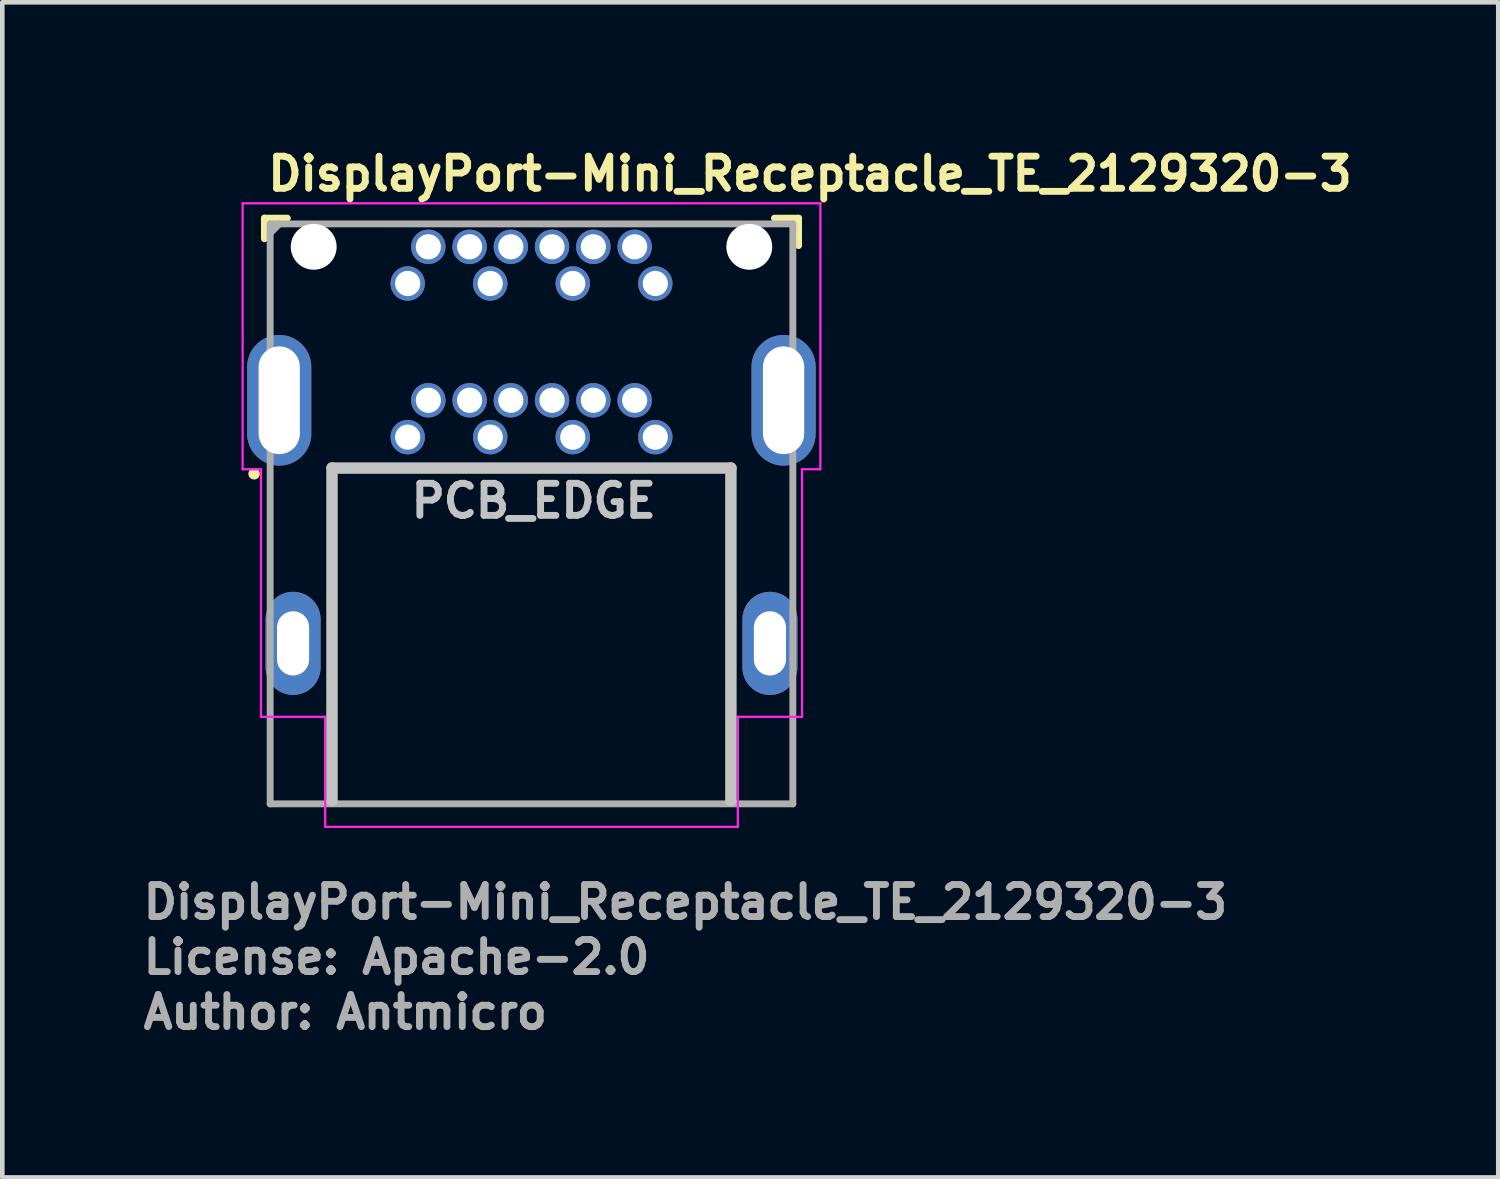
<source format=kicad_pcb>
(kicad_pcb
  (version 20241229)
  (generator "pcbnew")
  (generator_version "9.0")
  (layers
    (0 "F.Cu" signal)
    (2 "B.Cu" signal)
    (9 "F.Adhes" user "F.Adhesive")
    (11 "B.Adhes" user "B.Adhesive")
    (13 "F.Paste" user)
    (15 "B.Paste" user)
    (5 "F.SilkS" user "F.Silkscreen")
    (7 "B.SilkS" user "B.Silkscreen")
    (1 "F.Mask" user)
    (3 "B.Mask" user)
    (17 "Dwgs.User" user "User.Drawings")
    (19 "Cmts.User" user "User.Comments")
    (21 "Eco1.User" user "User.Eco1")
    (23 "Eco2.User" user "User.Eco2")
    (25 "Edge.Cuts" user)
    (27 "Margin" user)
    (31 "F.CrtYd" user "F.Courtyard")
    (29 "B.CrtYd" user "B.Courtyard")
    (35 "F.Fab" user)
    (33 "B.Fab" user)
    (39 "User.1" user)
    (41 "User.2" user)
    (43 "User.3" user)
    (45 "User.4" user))
  (footprint "DisplayPort-Mini_Receptacle_TE_2129320-3"
    (layer "F.Cu")
    (at 5.842 6.484)
    (property "Reference" "DisplayPort-Mini_Receptacle_TE_2129320-3" (at -3.125 -5.334 0) (layer "F.SilkS") (effects (font (size 0.7 0.7) (thickness 0.15)) (justify left bottom)))
    (attr through_hole)
    (fp_line (start -3.125 -4.776) (end -3.125 -4.327) (stroke (width 0.15) (type solid)) (layer "F.SilkS"))
    (fp_line (start -2.625 -4.776) (end -3.125 -4.776) (stroke (width 0.15) (type solid)) (layer "F.SilkS"))
    (fp_line (start 7.998 -4.776) (end 8.525 -4.776) (stroke (width 0.15) (type solid)) (layer "F.SilkS"))
    (fp_line (start 8.525 -4.776) (end 8.525 -4.178) (stroke (width 0.15) (type solid)) (layer "F.SilkS"))
    (fp_circle (center -3.35 0.8) (end -3.3 0.8) (stroke (width 0.15) (type solid)) (fill yes) (layer "F.SilkS"))
    (fp_line (start -1.651 0.674) (end -1.651 7.929) (stroke (width 0.25) (type solid)) (layer "Dwgs.User"))
    (fp_line (start -1.651 0.674) (end 7.049 0.674) (stroke (width 0.25) (type solid)) (layer "Dwgs.User"))
    (fp_line (start 7.049 0.674) (end 7.049 7.929) (stroke (width 0.25) (type solid)) (layer "Dwgs.User"))
    (fp_line (start -3.6 -5.1) (end 9 -5.1) (stroke (width 0.05) (type solid)) (layer "F.CrtYd"))
    (fp_line (start -3.6 0.7) (end -3.6 -5.1) (stroke (width 0.05) (type solid)) (layer "F.CrtYd"))
    (fp_line (start -3.6 0.7) (end -3.2 0.7) (stroke (width 0.05) (type solid)) (layer "F.CrtYd"))
    (fp_line (start -3.2 0.7) (end -3.2 6.1) (stroke (width 0.05) (type solid)) (layer "F.CrtYd"))
    (fp_line (start -3.2 6.1) (end -1.8 6.1) (stroke (width 0.05) (type solid)) (layer "F.CrtYd"))
    (fp_line (start -1.8 6.1) (end -1.8 8.5) (stroke (width 0.05) (type solid)) (layer "F.CrtYd"))
    (fp_line (start -1.8 8.5) (end 7.2 8.5) (stroke (width 0.05) (type solid)) (layer "F.CrtYd"))
    (fp_line (start 7.2 6.1) (end 7.2 8.5) (stroke (width 0.05) (type solid)) (layer "F.CrtYd"))
    (fp_line (start 8.6 0.7) (end 8.6 6.1) (stroke (width 0.05) (type solid)) (layer "F.CrtYd"))
    (fp_line (start 8.6 6.1) (end 7.2 6.1) (stroke (width 0.05) (type solid)) (layer "F.CrtYd"))
    (fp_line (start 9 -5.1) (end 9 0.7) (stroke (width 0.05) (type solid)) (layer "F.CrtYd"))
    (fp_line (start 9 0.7) (end 8.6 0.7) (stroke (width 0.05) (type solid)) (layer "F.CrtYd"))
    (fp_line (start -3 -4.651) (end -3 7.998) (stroke (width 0.15) (type solid)) (layer "F.Fab"))
    (fp_line (start -3 7.998) (end 8.4 7.998) (stroke (width 0.15) (type solid)) (layer "F.Fab"))
    (fp_line (start -2.8 -4.65) (end -3 -4.45) (stroke (width 0.15) (type solid)) (layer "F.Fab"))
    (fp_line (start 8.4 -4.651) (end -3 -4.651) (stroke (width 0.15) (type solid)) (layer "F.Fab"))
    (fp_line (start 8.4 -4.651) (end 8.4 7.998) (stroke (width 0.15) (type solid)) (layer "F.Fab"))
    (fp_rect (start -3 -4.601) (end 8.4 8.05) (stroke (width 0.1) (type solid)) (fill no) (layer "User.5"))
    (fp_line (start -3 -4.55) (end -3 -4.151) (stroke (width 0.02) (type solid)) (layer "User.9"))
    (fp_line (start -3 -4.151) (end -2.995 -4.151) (stroke (width 0.02) (type solid)) (layer "User.9"))
    (fp_line (start -3 0.05) (end -3 -4.151) (stroke (width 0.02) (type solid)) (layer "User.9"))
    (fp_line (start -3 0.05) (end -3 0.165) (stroke (width 0.02) (type solid)) (layer "User.9"))
    (fp_line (start -3 0.05) (end -2.995 0.05) (stroke (width 0.02) (type solid)) (layer "User.9"))
    (fp_line (start -3 0.165) (end -3 0.23) (stroke (width 0.02) (type solid)) (layer "User.9"))
    (fp_line (start -3 0.23) (end -2.601 0.23) (stroke (width 0.02) (type solid)) (layer "User.9"))
    (fp_line (start -2.995 -4.151) (end -2.995 -4.151) (stroke (width 0.02) (type solid)) (layer "User.9"))
    (fp_line (start -2.995 -4.151) (end -2.976 -4.151) (stroke (width 0.02) (type solid)) (layer "User.9"))
    (fp_line (start -2.995 0.05) (end -2.995 0.05) (stroke (width 0.02) (type solid)) (layer "User.9"))
    (fp_line (start -2.995 0.05) (end -2.976 0.05) (stroke (width 0.02) (type solid)) (layer "User.9"))
    (fp_line (start -2.976 -4.151) (end -2.976 -4.151) (stroke (width 0.02) (type solid)) (layer "User.9"))
    (fp_line (start -2.976 -4.151) (end -2.944 -4.151) (stroke (width 0.02) (type solid)) (layer "User.9"))
    (fp_line (start -2.976 0.05) (end -2.976 0.05) (stroke (width 0.02) (type solid)) (layer "User.9"))
    (fp_line (start -2.976 0.05) (end -2.944 0.05) (stroke (width 0.02) (type solid)) (layer "User.9"))
    (fp_line (start -2.944 -4.151) (end -2.944 -4.151) (stroke (width 0.02) (type solid)) (layer "User.9"))
    (fp_line (start -2.944 -4.151) (end -2.902 -4.151) (stroke (width 0.02) (type solid)) (layer "User.9"))
    (fp_line (start -2.944 0.05) (end -2.944 0.05) (stroke (width 0.02) (type solid)) (layer "User.9"))
    (fp_line (start -2.944 0.05) (end -2.902 0.05) (stroke (width 0.02) (type solid)) (layer "User.9"))
    (fp_line (start -2.902 -4.151) (end -2.902 -4.151) (stroke (width 0.02) (type solid)) (layer "User.9"))
    (fp_line (start -2.902 -4.151) (end -2.847 -4.151) (stroke (width 0.02) (type solid)) (layer "User.9"))
    (fp_line (start -2.902 0.05) (end -2.902 0.05) (stroke (width 0.02) (type solid)) (layer "User.9"))
    (fp_line (start -2.902 0.05) (end -2.847 0.05) (stroke (width 0.02) (type solid)) (layer "User.9"))
    (fp_line (start -2.847 -4.151) (end -2.847 -4.151) (stroke (width 0.02) (type solid)) (layer "User.9"))
    (fp_line (start -2.847 -4.151) (end -2.782 -4.151) (stroke (width 0.02) (type solid)) (layer "User.9"))
    (fp_line (start -2.847 0.05) (end -2.847 0.05) (stroke (width 0.02) (type solid)) (layer "User.9"))
    (fp_line (start -2.847 0.05) (end -2.782 0.05) (stroke (width 0.02) (type solid)) (layer "User.9"))
    (fp_line (start -2.782 -4.151) (end -2.782 -4.151) (stroke (width 0.02) (type solid)) (layer "User.9"))
    (fp_line (start -2.782 -4.151) (end -2.709 -4.151) (stroke (width 0.02) (type solid)) (layer "User.9"))
    (fp_line (start -2.782 0.05) (end -2.782 0.05) (stroke (width 0.02) (type solid)) (layer "User.9"))
    (fp_line (start -2.782 0.05) (end -2.709 0.05) (stroke (width 0.02) (type solid)) (layer "User.9"))
    (fp_line (start -2.709 -4.151) (end -2.709 -4.151) (stroke (width 0.02) (type solid)) (layer "User.9"))
    (fp_line (start -2.709 -4.151) (end -2.625 -4.151) (stroke (width 0.02) (type solid)) (layer "User.9"))
    (fp_line (start -2.709 0.05) (end -2.709 0.05) (stroke (width 0.02) (type solid)) (layer "User.9"))
    (fp_line (start -2.709 0.05) (end -2.625 0.05) (stroke (width 0.02) (type solid)) (layer "User.9"))
    (fp_line (start -2.702 4.049) (end -2.702 5.049) (stroke (width 0.02) (type solid)) (layer "User.9"))
    (fp_line (start -2.702 5.049) (end -2.702 5.849) (stroke (width 0.02) (type solid)) (layer "User.9"))
    (fp_line (start -2.685 4.049) (end -2.702 4.049) (stroke (width 0.02) (type solid)) (layer "User.9"))
    (fp_line (start -2.685 4.049) (end -2.685 4.049) (stroke (width 0.02) (type solid)) (layer "User.9"))
    (fp_line (start -2.685 5.849) (end -2.702 5.849) (stroke (width 0.02) (type solid)) (layer "User.9"))
    (fp_line (start -2.685 5.849) (end -2.685 5.849) (stroke (width 0.02) (type solid)) (layer "User.9"))
    (fp_line (start -2.641 4.049) (end -2.685 4.049) (stroke (width 0.02) (type solid)) (layer "User.9"))
    (fp_line (start -2.641 4.049) (end -2.641 4.049) (stroke (width 0.02) (type solid)) (layer "User.9"))
    (fp_line (start -2.641 5.849) (end -2.685 5.849) (stroke (width 0.02) (type solid)) (layer "User.9"))
    (fp_line (start -2.641 5.849) (end -2.641 5.849) (stroke (width 0.02) (type solid)) (layer "User.9"))
    (fp_line (start -2.625 -4.151) (end -2.625 -4.151) (stroke (width 0.02) (type solid)) (layer "User.9"))
    (fp_line (start -2.625 -4.151) (end -2.435 -4.151) (stroke (width 0.02) (type solid)) (layer "User.9"))
    (fp_line (start -2.625 0.05) (end -2.625 0.05) (stroke (width 0.02) (type solid)) (layer "User.9"))
    (fp_line (start -2.625 0.05) (end -2.435 0.05) (stroke (width 0.02) (type solid)) (layer "User.9"))
    (fp_line (start -2.601 -4.55) (end -3 -4.55) (stroke (width 0.02) (type solid)) (layer "User.9"))
    (fp_line (start -2.601 -4.55) (end -2.601 -4.151) (stroke (width 0.02) (type solid)) (layer "User.9"))
    (fp_line (start -2.601 0.05) (end -2.601 0.165) (stroke (width 0.02) (type solid)) (layer "User.9"))
    (fp_line (start -2.601 0.165) (end -2.601 0.23) (stroke (width 0.02) (type solid)) (layer "User.9"))
    (fp_line (start -2.57 4.049) (end -2.641 4.049) (stroke (width 0.02) (type solid)) (layer "User.9"))
    (fp_line (start -2.57 4.049) (end -2.57 4.049) (stroke (width 0.02) (type solid)) (layer "User.9"))
    (fp_line (start -2.57 5.849) (end -2.641 5.849) (stroke (width 0.02) (type solid)) (layer "User.9"))
    (fp_line (start -2.57 5.849) (end -2.57 5.849) (stroke (width 0.02) (type solid)) (layer "User.9"))
    (fp_line (start -2.551 -4.601) (end -2.5 -4.601) (stroke (width 0.02) (type solid)) (layer "User.9"))
    (fp_line (start -2.551 -4.151) (end -2.551 -4.601) (stroke (width 0.02) (type solid)) (layer "User.9"))
    (fp_line (start -2.551 0.45) (end -2.551 0.05) (stroke (width 0.02) (type solid)) (layer "User.9"))
    (fp_line (start -2.551 0.45) (end -2.551 2.85) (stroke (width 0.02) (type solid)) (layer "User.9"))
    (fp_line (start -2.551 2.85) (end -2.351 3.048) (stroke (width 0.02) (type solid)) (layer "User.9"))
    (fp_line (start -2.536 0.45) (end -2.551 0.45) (stroke (width 0.02) (type solid)) (layer "User.9"))
    (fp_line (start -2.536 0.45) (end -2.536 0.45) (stroke (width 0.02) (type solid)) (layer "User.9"))
    (fp_line (start -2.525 4.049) (end -2.57 4.049) (stroke (width 0.02) (type solid)) (layer "User.9"))
    (fp_line (start -2.525 4.049) (end -2.525 4.049) (stroke (width 0.02) (type solid)) (layer "User.9"))
    (fp_line (start -2.525 5.849) (end -2.57 5.849) (stroke (width 0.02) (type solid)) (layer "User.9"))
    (fp_line (start -2.525 5.849) (end -2.525 5.849) (stroke (width 0.02) (type solid)) (layer "User.9"))
    (fp_line (start -2.5 -4.601) (end -2.5 -4.202) (stroke (width 0.02) (type solid)) (layer "User.9"))
    (fp_line (start -2.5 -4.601) (end -2.301 -4.601) (stroke (width 0.02) (type solid)) (layer "User.9"))
    (fp_line (start -2.5 -4.202) (end -2.301 -4.202) (stroke (width 0.02) (type solid)) (layer "User.9"))
    (fp_line (start -2.492 0.45) (end -2.536 0.45) (stroke (width 0.02) (type solid)) (layer "User.9"))
    (fp_line (start -2.492 0.45) (end -2.492 0.45) (stroke (width 0.02) (type solid)) (layer "User.9"))
    (fp_line (start -2.435 -4.151) (end -2.435 -4.151) (stroke (width 0.02) (type solid)) (layer "User.9"))
    (fp_line (start -2.435 -4.151) (end -2 -4.151) (stroke (width 0.02) (type solid)) (layer "User.9"))
    (fp_line (start -2.435 0.05) (end -2.435 0.05) (stroke (width 0.02) (type solid)) (layer "User.9"))
    (fp_line (start -2.435 0.05) (end -2 0.05) (stroke (width 0.02) (type solid)) (layer "User.9"))
    (fp_line (start -2.42 0.45) (end -2.492 0.45) (stroke (width 0.02) (type solid)) (layer "User.9"))
    (fp_line (start -2.42 0.45) (end -2.42 0.45) (stroke (width 0.02) (type solid)) (layer "User.9"))
    (fp_line (start -2.375 0.45) (end -2.42 0.45) (stroke (width 0.02) (type solid)) (layer "User.9"))
    (fp_line (start -2.375 0.45) (end -2.375 0.45) (stroke (width 0.02) (type solid)) (layer "User.9"))
    (fp_line (start -2.351 3.048) (end -1.69 3.048) (stroke (width 0.02) (type solid)) (layer "User.9"))
    (fp_line (start -2.301 -4.601) (end -1.401 -4.601) (stroke (width 0.02) (type solid)) (layer "User.9"))
    (fp_line (start -2.301 -4.202) (end -1.401 -4.202) (stroke (width 0.02) (type solid)) (layer "User.9"))
    (fp_line (start -2.101 4.049) (end -2.525 4.049) (stroke (width 0.02) (type solid)) (layer "User.9"))
    (fp_line (start -2.101 5.849) (end -2.525 5.849) (stroke (width 0.02) (type solid)) (layer "User.9"))
    (fp_line (start -2 0.05) (end -0.102 0.05) (stroke (width 0.02) (type solid)) (layer "User.9"))
    (fp_line (start -1.95 -4.151) (end -1.2 -4.151) (stroke (width 0.02) (type solid)) (layer "User.9"))
    (fp_line (start -1.95 0.45) (end -2.375 0.45) (stroke (width 0.02) (type solid)) (layer "User.9"))
    (fp_line (start -1.801 -4.151) (end -2 -4.151) (stroke (width 0.02) (type solid)) (layer "User.9"))
    (fp_line (start -1.79 -4.151) (end -1.801 -4.151) (stroke (width 0.02) (type solid)) (layer "User.9"))
    (fp_line (start -1.78 -4.149) (end -1.79 -4.151) (stroke (width 0.02) (type solid)) (layer "User.9"))
    (fp_line (start -1.77 -4.148) (end -1.78 -4.149) (stroke (width 0.02) (type solid)) (layer "User.9"))
    (fp_line (start -1.76 -4.146) (end -1.77 -4.148) (stroke (width 0.02) (type solid)) (layer "User.9"))
    (fp_line (start -1.752 -4.145) (end -1.76 -4.146) (stroke (width 0.02) (type solid)) (layer "User.9"))
    (fp_line (start -1.742 -4.143) (end -1.752 -4.145) (stroke (width 0.02) (type solid)) (layer "User.9"))
    (fp_line (start -1.732 -4.138) (end -1.742 -4.143) (stroke (width 0.02) (type solid)) (layer "User.9"))
    (fp_line (start -1.724 -4.135) (end -1.732 -4.138) (stroke (width 0.02) (type solid)) (layer "User.9"))
    (fp_line (start -1.714 -4.132) (end -1.724 -4.135) (stroke (width 0.02) (type solid)) (layer "User.9"))
    (fp_line (start -1.706 -4.127) (end -1.714 -4.132) (stroke (width 0.02) (type solid)) (layer "User.9"))
    (fp_line (start -1.698 -4.122) (end -1.706 -4.127) (stroke (width 0.02) (type solid)) (layer "User.9"))
    (fp_line (start -1.69 -4.116) (end -1.698 -4.122) (stroke (width 0.02) (type solid)) (layer "User.9"))
    (fp_line (start -1.69 3.048) (end -1.49 2.85) (stroke (width 0.02) (type solid)) (layer "User.9"))
    (fp_line (start -1.682 -4.111) (end -1.69 -4.116) (stroke (width 0.02) (type solid)) (layer "User.9"))
    (fp_line (start -1.674 -4.106) (end -1.682 -4.111) (stroke (width 0.02) (type solid)) (layer "User.9"))
    (fp_line (start -1.666 -4.1) (end -1.674 -4.106) (stroke (width 0.02) (type solid)) (layer "User.9"))
    (fp_line (start -1.659 -4.093) (end -1.666 -4.1) (stroke (width 0.02) (type solid)) (layer "User.9"))
    (fp_line (start -1.653 -4.085) (end -1.659 -4.093) (stroke (width 0.02) (type solid)) (layer "User.9"))
    (fp_line (start -1.651 4.049) (end -2.101 4.049) (stroke (width 0.02) (type solid)) (layer "User.9"))
    (fp_line (start -1.651 5.849) (end -2.101 5.849) (stroke (width 0.02) (type solid)) (layer "User.9"))
    (fp_line (start -1.647 -4.079) (end -1.653 -4.085) (stroke (width 0.02) (type solid)) (layer "User.9"))
    (fp_line (start -1.641 -4.071) (end -1.647 -4.079) (stroke (width 0.02) (type solid)) (layer "User.9"))
    (fp_line (start -1.635 -4.063) (end -1.641 -4.071) (stroke (width 0.02) (type solid)) (layer "User.9"))
    (fp_line (start -1.629 -4.055) (end -1.635 -4.063) (stroke (width 0.02) (type solid)) (layer "User.9"))
    (fp_line (start -1.625 -4.047) (end -1.629 -4.055) (stroke (width 0.02) (type solid)) (layer "User.9"))
    (fp_line (start -1.621 -4.037) (end -1.625 -4.047) (stroke (width 0.02) (type solid)) (layer "User.9"))
    (fp_line (start -1.617 -4.029) (end -1.621 -4.037) (stroke (width 0.02) (type solid)) (layer "User.9"))
    (fp_line (start -1.613 -4.02) (end -1.617 -4.029) (stroke (width 0.02) (type solid)) (layer "User.9"))
    (fp_line (start -1.609 -4.01) (end -1.613 -4.02) (stroke (width 0.02) (type solid)) (layer "User.9"))
    (fp_line (start -1.607 -4) (end -1.609 -4.01) (stroke (width 0.02) (type solid)) (layer "User.9"))
    (fp_line (start -1.605 -3.992) (end -1.607 -4) (stroke (width 0.02) (type solid)) (layer "User.9"))
    (fp_line (start -1.603 -3.981) (end -1.605 -3.992) (stroke (width 0.02) (type solid)) (layer "User.9"))
    (fp_line (start -1.603 -3.972) (end -1.603 -3.981) (stroke (width 0.02) (type solid)) (layer "User.9"))
    (fp_line (start -1.601 -3.962) (end -1.603 -3.972) (stroke (width 0.02) (type solid)) (layer "User.9"))
    (fp_line (start -1.601 -3.951) (end -1.601 -3.962) (stroke (width 0.02) (type solid)) (layer "User.9"))
    (fp_line (start -1.601 -3.951) (end -1.601 -3.94) (stroke (width 0.02) (type solid)) (layer "User.9"))
    (fp_line (start -1.601 -3.94) (end -1.599 -3.931) (stroke (width 0.02) (type solid)) (layer "User.9"))
    (fp_line (start -1.599 -3.931) (end -1.599 -3.92) (stroke (width 0.02) (type solid)) (layer "User.9"))
    (fp_line (start -1.599 -3.92) (end -1.597 -3.911) (stroke (width 0.02) (type solid)) (layer "User.9"))
    (fp_line (start -1.597 -3.911) (end -1.595 -3.902) (stroke (width 0.02) (type solid)) (layer "User.9"))
    (fp_line (start -1.595 -3.902) (end -1.591 -3.891) (stroke (width 0.02) (type solid)) (layer "User.9"))
    (fp_line (start -1.595 5.475) (end -1.428 5.554) (stroke (width 0.02) (type solid)) (layer "User.9"))
    (fp_line (start -1.591 -3.891) (end -1.589 -3.883) (stroke (width 0.02) (type solid)) (layer "User.9"))
    (fp_line (start -1.589 -3.883) (end -1.585 -3.874) (stroke (width 0.02) (type solid)) (layer "User.9"))
    (fp_line (start -1.585 -3.874) (end -1.581 -3.864) (stroke (width 0.02) (type solid)) (layer "User.9"))
    (fp_line (start -1.581 -3.864) (end -1.577 -3.855) (stroke (width 0.02) (type solid)) (layer "User.9"))
    (fp_line (start -1.577 -3.855) (end -1.573 -3.847) (stroke (width 0.02) (type solid)) (layer "User.9"))
    (fp_line (start -1.573 -3.847) (end -1.567 -3.839) (stroke (width 0.02) (type solid)) (layer "User.9"))
    (fp_line (start -1.567 -3.839) (end -1.561 -3.831) (stroke (width 0.02) (type solid)) (layer "User.9"))
    (fp_line (start -1.561 -3.831) (end -1.555 -3.823) (stroke (width 0.02) (type solid)) (layer "User.9"))
    (fp_line (start -1.555 -3.823) (end -1.549 -3.817) (stroke (width 0.02) (type solid)) (layer "User.9"))
    (fp_line (start -1.549 -3.817) (end -1.543 -3.81) (stroke (width 0.02) (type solid)) (layer "User.9"))
    (fp_line (start -1.543 -3.81) (end -1.536 -3.803) (stroke (width 0.02) (type solid)) (layer "User.9"))
    (fp_line (start -1.536 -3.803) (end -1.528 -3.797) (stroke (width 0.02) (type solid)) (layer "User.9"))
    (fp_line (start -1.528 -3.797) (end -1.52 -3.79) (stroke (width 0.02) (type solid)) (layer "User.9"))
    (fp_line (start -1.52 -3.79) (end -1.512 -3.786) (stroke (width 0.02) (type solid)) (layer "User.9"))
    (fp_line (start -1.512 -3.786) (end -1.504 -3.781) (stroke (width 0.02) (type solid)) (layer "User.9"))
    (fp_line (start -1.504 -3.781) (end -1.496 -3.775) (stroke (width 0.02) (type solid)) (layer "User.9"))
    (fp_line (start -1.496 -3.775) (end -1.488 -3.77) (stroke (width 0.02) (type solid)) (layer "User.9"))
    (fp_line (start -1.49 2.85) (end -1.49 0.45) (stroke (width 0.02) (type solid)) (layer "User.9"))
    (fp_line (start -1.488 -3.77) (end -1.478 -3.766) (stroke (width 0.02) (type solid)) (layer "User.9"))
    (fp_line (start -1.478 -3.766) (end -1.47 -3.763) (stroke (width 0.02) (type solid)) (layer "User.9"))
    (fp_line (start -1.47 -3.763) (end -1.46 -3.761) (stroke (width 0.02) (type solid)) (layer "User.9"))
    (fp_line (start -1.46 -3.761) (end -1.45 -3.758) (stroke (width 0.02) (type solid)) (layer "User.9"))
    (fp_line (start -1.45 -3.758) (end -1.442 -3.755) (stroke (width 0.02) (type solid)) (layer "User.9"))
    (fp_line (start -1.45 1.658) (end -1.45 3.171) (stroke (width 0.02) (type solid)) (layer "User.9"))
    (fp_line (start -1.45 1.66) (end -1.45 0.45) (stroke (width 0.02) (type solid)) (layer "User.9"))
    (fp_line (start -1.45 1.66) (end -1.44 1.723) (stroke (width 0.02) (type solid)) (layer "User.9"))
    (fp_line (start -1.45 3.171) (end -1.428 3.335) (stroke (width 0.02) (type solid)) (layer "User.9"))
    (fp_line (start -1.45 4.049) (end -1.651 4.049) (stroke (width 0.02) (type solid)) (layer "User.9"))
    (fp_line (start -1.45 5.171) (end -1.45 3.171) (stroke (width 0.02) (type solid)) (layer "User.9"))
    (fp_line (start -1.45 5.849) (end -1.651 5.849) (stroke (width 0.02) (type solid)) (layer "User.9"))
    (fp_line (start -1.45 6.06) (end -1.45 5.544) (stroke (width 0.02) (type solid)) (layer "User.9"))
    (fp_line (start -1.45 6.249) (end -1.45 6.06) (stroke (width 0.02) (type solid)) (layer "User.9"))
    (fp_line (start -1.45 8.05) (end -1.45 6.249) (stroke (width 0.02) (type solid)) (layer "User.9"))
    (fp_line (start -1.442 -3.755) (end -1.432 -3.754) (stroke (width 0.02) (type solid)) (layer "User.9"))
    (fp_line (start -1.44 1.723) (end -1.438 1.737) (stroke (width 0.02) (type solid)) (layer "User.9"))
    (fp_line (start -1.44 6.187) (end -1.45 6.249) (stroke (width 0.02) (type solid)) (layer "User.9"))
    (fp_line (start -1.438 1.737) (end -1.436 1.751) (stroke (width 0.02) (type solid)) (layer "User.9"))
    (fp_line (start -1.436 1.751) (end -1.434 1.767) (stroke (width 0.02) (type solid)) (layer "User.9"))
    (fp_line (start -1.436 6.16) (end -1.44 6.187) (stroke (width 0.02) (type solid)) (layer "User.9"))
    (fp_line (start -1.434 1.767) (end -1.432 1.785) (stroke (width 0.02) (type solid)) (layer "User.9"))
    (fp_line (start -1.432 -3.754) (end -1.422 -3.753) (stroke (width 0.02) (type solid)) (layer "User.9"))
    (fp_line (start -1.432 1.785) (end -1.43 1.802) (stroke (width 0.02) (type solid)) (layer "User.9"))
    (fp_line (start -1.432 6.126) (end -1.436 6.16) (stroke (width 0.02) (type solid)) (layer "User.9"))
    (fp_line (start -1.43 1.802) (end -1.428 1.82) (stroke (width 0.02) (type solid)) (layer "User.9"))
    (fp_line (start -1.43 6.108) (end -1.432 6.126) (stroke (width 0.02) (type solid)) (layer "User.9"))
    (fp_line (start -1.428 1.82) (end -1.428 1.84) (stroke (width 0.02) (type solid)) (layer "User.9"))
    (fp_line (start -1.428 1.84) (end -1.428 1.86) (stroke (width 0.02) (type solid)) (layer "User.9"))
    (fp_line (start -1.428 1.86) (end -1.428 6.049) (stroke (width 0.02) (type solid)) (layer "User.9"))
    (fp_line (start -1.428 5.121) (end -1.595 5.475) (stroke (width 0.02) (type solid)) (layer "User.9"))
    (fp_line (start -1.428 6.049) (end -1.428 6.07) (stroke (width 0.02) (type solid)) (layer "User.9"))
    (fp_line (start -1.428 6.07) (end -1.428 6.089) (stroke (width 0.02) (type solid)) (layer "User.9"))
    (fp_line (start -1.428 6.089) (end -1.43 6.108) (stroke (width 0.02) (type solid)) (layer "User.9"))
    (fp_line (start -1.422 -3.753) (end -1.412 -3.751) (stroke (width 0.02) (type solid)) (layer "User.9"))
    (fp_line (start -1.412 -3.751) (end -1.401 -3.751) (stroke (width 0.02) (type solid)) (layer "User.9"))
    (fp_line (start -1.401 -4.601) (end -1.2 -4.601) (stroke (width 0.02) (type solid)) (layer "User.9"))
    (fp_line (start -1.401 -4.202) (end -1.2 -4.202) (stroke (width 0.02) (type solid)) (layer "User.9"))
    (fp_line (start -1.401 -3.751) (end -1.401 -3.751) (stroke (width 0.02) (type solid)) (layer "User.9"))
    (fp_line (start -1.401 -3.751) (end -1.391 -3.751) (stroke (width 0.02) (type solid)) (layer "User.9"))
    (fp_line (start -1.391 -3.751) (end -1.381 -3.753) (stroke (width 0.02) (type solid)) (layer "User.9"))
    (fp_line (start -1.381 -3.753) (end -1.371 -3.754) (stroke (width 0.02) (type solid)) (layer "User.9"))
    (fp_line (start -1.371 -3.754) (end -1.361 -3.755) (stroke (width 0.02) (type solid)) (layer "User.9"))
    (fp_line (start -1.361 -3.755) (end -1.351 -3.758) (stroke (width 0.02) (type solid)) (layer "User.9"))
    (fp_line (start -1.351 -3.758) (end -1.341 -3.761) (stroke (width 0.02) (type solid)) (layer "User.9"))
    (fp_line (start -1.341 -3.761) (end -1.333 -3.763) (stroke (width 0.02) (type solid)) (layer "User.9"))
    (fp_line (start -1.333 -3.763) (end -1.323 -3.766) (stroke (width 0.02) (type solid)) (layer "User.9"))
    (fp_line (start -1.323 -3.766) (end -1.315 -3.77) (stroke (width 0.02) (type solid)) (layer "User.9"))
    (fp_line (start -1.315 -3.77) (end -1.305 -3.775) (stroke (width 0.02) (type solid)) (layer "User.9"))
    (fp_line (start -1.305 -3.775) (end -1.297 -3.781) (stroke (width 0.02) (type solid)) (layer "User.9"))
    (fp_line (start -1.297 -3.781) (end -1.289 -3.786) (stroke (width 0.02) (type solid)) (layer "User.9"))
    (fp_line (start -1.289 -3.786) (end -1.281 -3.79) (stroke (width 0.02) (type solid)) (layer "User.9"))
    (fp_line (start -1.281 -3.79) (end -1.274 -3.797) (stroke (width 0.02) (type solid)) (layer "User.9"))
    (fp_line (start -1.274 -3.797) (end -1.266 -3.803) (stroke (width 0.02) (type solid)) (layer "User.9"))
    (fp_line (start -1.266 -3.803) (end -1.26 -3.81) (stroke (width 0.02) (type solid)) (layer "User.9"))
    (fp_line (start -1.26 -3.81) (end -1.252 -3.817) (stroke (width 0.02) (type solid)) (layer "User.9"))
    (fp_line (start -1.252 -3.817) (end -1.246 -3.823) (stroke (width 0.02) (type solid)) (layer "User.9"))
    (fp_line (start -1.246 -3.823) (end -1.24 -3.831) (stroke (width 0.02) (type solid)) (layer "User.9"))
    (fp_line (start -1.24 -3.831) (end -1.236 -3.839) (stroke (width 0.02) (type solid)) (layer "User.9"))
    (fp_line (start -1.236 -3.839) (end -1.23 -3.847) (stroke (width 0.02) (type solid)) (layer "User.9"))
    (fp_line (start -1.232 8.05) (end -1.45 8.05) (stroke (width 0.02) (type solid)) (layer "User.9"))
    (fp_line (start -1.23 -3.847) (end -1.226 -3.855) (stroke (width 0.02) (type solid)) (layer "User.9"))
    (fp_line (start -1.226 -3.855) (end -1.22 -3.864) (stroke (width 0.02) (type solid)) (layer "User.9"))
    (fp_line (start -1.22 -3.864) (end -1.216 -3.874) (stroke (width 0.02) (type solid)) (layer "User.9"))
    (fp_line (start -1.216 -3.874) (end -1.214 -3.883) (stroke (width 0.02) (type solid)) (layer "User.9"))
    (fp_line (start -1.214 -3.883) (end -1.21 -3.891) (stroke (width 0.02) (type solid)) (layer "User.9"))
    (fp_line (start -1.21 -3.891) (end -1.208 -3.902) (stroke (width 0.02) (type solid)) (layer "User.9"))
    (fp_line (start -1.208 -3.902) (end -1.206 -3.911) (stroke (width 0.02) (type solid)) (layer "User.9"))
    (fp_line (start -1.206 -3.911) (end -1.204 -3.92) (stroke (width 0.02) (type solid)) (layer "User.9"))
    (fp_line (start -1.204 -3.92) (end -1.202 -3.931) (stroke (width 0.02) (type solid)) (layer "User.9"))
    (fp_line (start -1.202 -3.94) (end -1.2 -3.951) (stroke (width 0.02) (type solid)) (layer "User.9"))
    (fp_line (start -1.202 -3.931) (end -1.202 -3.94) (stroke (width 0.02) (type solid)) (layer "User.9"))
    (fp_line (start -1.2 -4.585) (end -1.2 -4.601) (stroke (width 0.02) (type solid)) (layer "User.9"))
    (fp_line (start -1.2 -4.585) (end -1.2 -4.585) (stroke (width 0.02) (type solid)) (layer "User.9"))
    (fp_line (start -1.2 -4.542) (end -1.2 -4.585) (stroke (width 0.02) (type solid)) (layer "User.9"))
    (fp_line (start -1.2 -4.542) (end -1.2 -4.542) (stroke (width 0.02) (type solid)) (layer "User.9"))
    (fp_line (start -1.2 -4.47) (end -1.2 -4.542) (stroke (width 0.02) (type solid)) (layer "User.9"))
    (fp_line (start -1.2 -4.47) (end -1.2 -4.47) (stroke (width 0.02) (type solid)) (layer "User.9"))
    (fp_line (start -1.2 -4.425) (end -1.2 -4.47) (stroke (width 0.02) (type solid)) (layer "User.9"))
    (fp_line (start -1.2 -4.425) (end -1.2 -4.425) (stroke (width 0.02) (type solid)) (layer "User.9"))
    (fp_line (start -1.2 -4) (end -1.2 -4.425) (stroke (width 0.02) (type solid)) (layer "User.9"))
    (fp_line (start -1.2 -4) (end -1.2 -3.951) (stroke (width 0.02) (type solid)) (layer "User.9"))
    (fp_line (start -1.2 -3.951) (end -1.601 -3.951) (stroke (width 0.02) (type solid)) (layer "User.9"))
    (fp_line (start -0.861 0.45) (end -1.95 0.45) (stroke (width 0.02) (type solid)) (layer "User.9"))
    (fp_line (start -0.631 0.45) (end -0.861 0.45) (stroke (width 0.02) (type solid)) (layer "User.9"))
    (fp_line (start -0.631 8.05) (end -1.232 8.05) (stroke (width 0.02) (type solid)) (layer "User.9"))
    (fp_line (start -0.3 0.45) (end -0.631 0.45) (stroke (width 0.02) (type solid)) (layer "User.9"))
    (fp_line (start -0.3 0.45) (end -0.298 0.449) (stroke (width 0.02) (type solid)) (layer "User.9"))
    (fp_line (start -0.298 0.449) (end -0.296 0.449) (stroke (width 0.02) (type solid)) (layer "User.9"))
    (fp_line (start -0.296 0.449) (end -0.293 0.449) (stroke (width 0.02) (type solid)) (layer "User.9"))
    (fp_line (start -0.293 0.449) (end -0.291 0.449) (stroke (width 0.02) (type solid)) (layer "User.9"))
    (fp_line (start -0.291 0.449) (end -0.3 0.45) (stroke (width 0.02) (type solid)) (layer "User.9"))
    (fp_line (start -0.291 0.449) (end -0.289 0.449) (stroke (width 0.02) (type solid)) (layer "User.9"))
    (fp_line (start -0.289 0.449) (end -0.287 0.449) (stroke (width 0.02) (type solid)) (layer "User.9"))
    (fp_line (start -0.287 0.449) (end -0.284 0.449) (stroke (width 0.02) (type solid)) (layer "User.9"))
    (fp_line (start -0.284 0.449) (end -0.282 0.449) (stroke (width 0.02) (type solid)) (layer "User.9"))
    (fp_line (start -0.282 0.449) (end -0.291 0.449) (stroke (width 0.02) (type solid)) (layer "User.9"))
    (fp_line (start -0.272 0.446) (end -0.282 0.449) (stroke (width 0.02) (type solid)) (layer "User.9"))
    (fp_line (start -0.263 0.445) (end -0.272 0.446) (stroke (width 0.02) (type solid)) (layer "User.9"))
    (fp_line (start -0.252 0.443) (end -0.263 0.445) (stroke (width 0.02) (type solid)) (layer "User.9"))
    (fp_line (start -0.243 0.44) (end -0.252 0.443) (stroke (width 0.02) (type solid)) (layer "User.9"))
    (fp_line (start -0.234 0.437) (end -0.243 0.44) (stroke (width 0.02) (type solid)) (layer "User.9"))
    (fp_line (start -0.224 0.433) (end -0.234 0.437) (stroke (width 0.02) (type solid)) (layer "User.9"))
    (fp_line (start -0.215 0.429) (end -0.224 0.433) (stroke (width 0.02) (type solid)) (layer "User.9"))
    (fp_line (start -0.207 0.425) (end -0.215 0.429) (stroke (width 0.02) (type solid)) (layer "User.9"))
    (fp_line (start -0.202 -4.601) (end -1.2 -4.601) (stroke (width 0.02) (type solid)) (layer "User.9"))
    (fp_line (start -0.202 -4.601) (end -0.202 -4.598) (stroke (width 0.02) (type solid)) (layer "User.9"))
    (fp_line (start -0.202 -4.601) (end 0 -4.601) (stroke (width 0.02) (type solid)) (layer "User.9"))
    (fp_line (start -0.202 -4.598) (end -0.202 -4.598) (stroke (width 0.02) (type solid)) (layer "User.9"))
    (fp_line (start -0.202 -4.598) (end -0.202 -4.568) (stroke (width 0.02) (type solid)) (layer "User.9"))
    (fp_line (start -0.202 -4.568) (end -0.202 -4.568) (stroke (width 0.02) (type solid)) (layer "User.9"))
    (fp_line (start -0.202 -4.568) (end -0.202 -4.51) (stroke (width 0.02) (type solid)) (layer "User.9"))
    (fp_line (start -0.202 -4.51) (end -0.202 -4.51) (stroke (width 0.02) (type solid)) (layer "User.9"))
    (fp_line (start -0.202 -4.51) (end -0.202 -4.425) (stroke (width 0.02) (type solid)) (layer "User.9"))
    (fp_line (start -0.202 -4.425) (end -0.202 -4.425) (stroke (width 0.02) (type solid)) (layer "User.9"))
    (fp_line (start -0.202 -4.425) (end -0.202 -4) (stroke (width 0.02) (type solid)) (layer "User.9"))
    (fp_line (start -0.202 -4.202) (end 0 -4.202) (stroke (width 0.02) (type solid)) (layer "User.9"))
    (fp_line (start -0.202 -4.151) (end 5.599 -4.151) (stroke (width 0.02) (type solid)) (layer "User.9"))
    (fp_line (start -0.202 -3.951) (end -0.202 -4) (stroke (width 0.02) (type solid)) (layer "User.9"))
    (fp_line (start -0.202 -3.951) (end -0.201 -3.942) (stroke (width 0.02) (type solid)) (layer "User.9"))
    (fp_line (start -0.201 -3.942) (end -0.201 -3.931) (stroke (width 0.02) (type solid)) (layer "User.9"))
    (fp_line (start -0.201 -3.931) (end -0.199 -3.922) (stroke (width 0.02) (type solid)) (layer "User.9"))
    (fp_line (start -0.199 -3.922) (end -0.198 -3.911) (stroke (width 0.02) (type solid)) (layer "User.9"))
    (fp_line (start -0.199 0.42) (end -0.207 0.425) (stroke (width 0.02) (type solid)) (layer "User.9"))
    (fp_line (start -0.198 -3.911) (end -0.195 -3.903) (stroke (width 0.02) (type solid)) (layer "User.9"))
    (fp_line (start -0.195 -3.903) (end -0.192 -3.892) (stroke (width 0.02) (type solid)) (layer "User.9"))
    (fp_line (start -0.192 -3.892) (end -0.189 -3.883) (stroke (width 0.02) (type solid)) (layer "User.9"))
    (fp_line (start -0.189 -3.883) (end -0.185 -3.875) (stroke (width 0.02) (type solid)) (layer "User.9"))
    (fp_line (start -0.189 0.416) (end -0.199 0.42) (stroke (width 0.02) (type solid)) (layer "User.9"))
    (fp_line (start -0.185 -3.875) (end -0.181 -3.866) (stroke (width 0.02) (type solid)) (layer "User.9"))
    (fp_line (start -0.181 -3.866) (end -0.177 -3.856) (stroke (width 0.02) (type solid)) (layer "User.9"))
    (fp_line (start -0.181 0.41) (end -0.189 0.416) (stroke (width 0.02) (type solid)) (layer "User.9"))
    (fp_line (start -0.177 -3.856) (end -0.173 -3.848) (stroke (width 0.02) (type solid)) (layer "User.9"))
    (fp_line (start -0.174 0.404) (end -0.181 0.41) (stroke (width 0.02) (type solid)) (layer "User.9"))
    (fp_line (start -0.173 -3.848) (end -0.168 -3.84) (stroke (width 0.02) (type solid)) (layer "User.9"))
    (fp_line (start -0.168 -3.84) (end -0.162 -3.833) (stroke (width 0.02) (type solid)) (layer "User.9"))
    (fp_line (start -0.167 0.398) (end -0.174 0.404) (stroke (width 0.02) (type solid)) (layer "User.9"))
    (fp_line (start -0.162 -3.833) (end -0.155 -3.825) (stroke (width 0.02) (type solid)) (layer "User.9"))
    (fp_line (start -0.159 0.391) (end -0.167 0.398) (stroke (width 0.02) (type solid)) (layer "User.9"))
    (fp_line (start -0.159 0.391) (end -0.159 0.391) (stroke (width 0.02) (type solid)) (layer "User.9"))
    (fp_line (start -0.155 -3.825) (end -0.149 -3.817) (stroke (width 0.02) (type solid)) (layer "User.9"))
    (fp_line (start -0.152 0.384) (end -0.159 0.391) (stroke (width 0.02) (type solid)) (layer "User.9"))
    (fp_line (start -0.149 -3.817) (end -0.143 -3.81) (stroke (width 0.02) (type solid)) (layer "User.9"))
    (fp_line (start -0.146 0.376) (end -0.152 0.384) (stroke (width 0.02) (type solid)) (layer "User.9"))
    (fp_line (start -0.143 -3.81) (end -0.143 -3.81) (stroke (width 0.02) (type solid)) (layer "User.9"))
    (fp_line (start -0.143 -3.81) (end -0.136 -3.802) (stroke (width 0.02) (type solid)) (layer "User.9"))
    (fp_line (start -0.141 0.368) (end -0.146 0.376) (stroke (width 0.02) (type solid)) (layer "User.9"))
    (fp_line (start -0.136 -3.802) (end -0.127 -3.797) (stroke (width 0.02) (type solid)) (layer "User.9"))
    (fp_line (start -0.135 0.36) (end -0.141 0.368) (stroke (width 0.02) (type solid)) (layer "User.9"))
    (fp_line (start -0.13 0.352) (end -0.135 0.36) (stroke (width 0.02) (type solid)) (layer "User.9"))
    (fp_line (start -0.127 -3.797) (end -0.12 -3.79) (stroke (width 0.02) (type solid)) (layer "User.9"))
    (fp_line (start -0.124 0.344) (end -0.13 0.352) (stroke (width 0.02) (type solid)) (layer "User.9"))
    (fp_line (start -0.12 -3.79) (end -0.111 -3.785) (stroke (width 0.02) (type solid)) (layer "User.9"))
    (fp_line (start -0.12 0.335) (end -0.124 0.344) (stroke (width 0.02) (type solid)) (layer "User.9"))
    (fp_line (start -0.117 0.326) (end -0.12 0.335) (stroke (width 0.02) (type solid)) (layer "User.9"))
    (fp_line (start -0.112 0.316) (end -0.117 0.326) (stroke (width 0.02) (type solid)) (layer "User.9"))
    (fp_line (start -0.111 -3.785) (end -0.104 -3.779) (stroke (width 0.02) (type solid)) (layer "User.9"))
    (fp_line (start -0.109 0.306) (end -0.112 0.316) (stroke (width 0.02) (type solid)) (layer "User.9"))
    (fp_line (start -0.106 0.297) (end -0.109 0.306) (stroke (width 0.02) (type solid)) (layer "User.9"))
    (fp_line (start -0.105 0.288) (end -0.106 0.297) (stroke (width 0.02) (type solid)) (layer "User.9"))
    (fp_line (start -0.104 -3.779) (end -0.095 -3.774) (stroke (width 0.02) (type solid)) (layer "User.9"))
    (fp_line (start -0.104 0.279) (end -0.105 0.288) (stroke (width 0.02) (type solid)) (layer "User.9"))
    (fp_line (start -0.102 0.05) (end -0.102 0.248) (stroke (width 0.02) (type solid)) (layer "User.9"))
    (fp_line (start -0.102 0.248) (end -0.102 0.259) (stroke (width 0.02) (type solid)) (layer "User.9"))
    (fp_line (start -0.102 0.259) (end -0.102 0.269) (stroke (width 0.02) (type solid)) (layer "User.9"))
    (fp_line (start -0.102 0.269) (end -0.104 0.279) (stroke (width 0.02) (type solid)) (layer "User.9"))
    (fp_line (start -0.102 8.05) (end -0.631 8.05) (stroke (width 0.02) (type solid)) (layer "User.9"))
    (fp_line (start -0.095 -3.774) (end -0.087 -3.77) (stroke (width 0.02) (type solid)) (layer "User.9"))
    (fp_line (start -0.087 -3.77) (end -0.077 -3.766) (stroke (width 0.02) (type solid)) (layer "User.9"))
    (fp_line (start -0.077 -3.766) (end -0.069 -3.762) (stroke (width 0.02) (type solid)) (layer "User.9"))
    (fp_line (start -0.069 -3.762) (end -0.06 -3.759) (stroke (width 0.02) (type solid)) (layer "User.9"))
    (fp_line (start -0.06 -3.759) (end -0.05 -3.758) (stroke (width 0.02) (type solid)) (layer "User.9"))
    (fp_line (start -0.05 -3.758) (end -0.04 -3.754) (stroke (width 0.02) (type solid)) (layer "User.9"))
    (fp_line (start -0.04 -3.754) (end -0.03 -3.754) (stroke (width 0.02) (type solid)) (layer "User.9"))
    (fp_line (start -0.03 -3.754) (end -0.02 -3.751) (stroke (width 0.02) (type solid)) (layer "User.9"))
    (fp_line (start -0.02 -3.751) (end -0.01 -3.751) (stroke (width 0.02) (type solid)) (layer "User.9"))
    (fp_line (start -0.01 -3.751) (end 0 -3.75) (stroke (width 0.02) (type solid)) (layer "User.9"))
    (fp_line (start 0 -4.601) (end 5.4 -4.601) (stroke (width 0.02) (type solid)) (layer "User.9"))
    (fp_line (start 0 -4.202) (end 5.4 -4.202) (stroke (width 0.02) (type solid)) (layer "User.9"))
    (fp_line (start 0 -3.75) (end 5.4 -3.75) (stroke (width 0.02) (type solid)) (layer "User.9"))
    (fp_line (start 1.199 1.749) (end 1.199 6.95) (stroke (width 0.02) (type solid)) (layer "User.9"))
    (fp_line (start 1.199 5.576) (end 1.36 5.576) (stroke (width 0.02) (type solid)) (layer "User.9"))
    (fp_line (start 1.199 5.836) (end 1.36 5.836) (stroke (width 0.02) (type solid)) (layer "User.9"))
    (fp_line (start 1.199 6.95) (end 4.2 6.95) (stroke (width 0.02) (type solid)) (layer "User.9"))
    (fp_line (start 1.36 3.048) (end 1.36 5.576) (stroke (width 0.02) (type solid)) (layer "User.9"))
    (fp_line (start 1.36 5.576) (end 1.36 5.836) (stroke (width 0.02) (type solid)) (layer "User.9"))
    (fp_line (start 1.6 1.749) (end 1.199 1.749) (stroke (width 0.02) (type solid)) (layer "User.9"))
    (fp_line (start 1.6 1.749) (end 1.6 2.769) (stroke (width 0.02) (type solid)) (layer "User.9"))
    (fp_line (start 1.638 3.048) (end 1.638 6.076) (stroke (width 0.02) (type solid)) (layer "User.9"))
    (fp_line (start 1.638 6.076) (end 1.638 6.336) (stroke (width 0.02) (type solid)) (layer "User.9"))
    (fp_line (start 1.638 6.076) (end 1.8 6.076) (stroke (width 0.02) (type solid)) (layer "User.9"))
    (fp_line (start 1.638 6.336) (end 1.959 6.336) (stroke (width 0.02) (type solid)) (layer "User.9"))
    (fp_line (start 1.648 3.048) (end 1.199 3.048) (stroke (width 0.02) (type solid)) (layer "User.9"))
    (fp_line (start 1.654 3.077) (end 1.6 2.769) (stroke (width 0.02) (type solid)) (layer "User.9"))
    (fp_line (start 1.654 3.077) (end 1.923 4.62) (stroke (width 0.02) (type solid)) (layer "User.9"))
    (fp_line (start 1.654 3.077) (end 3.745 3.077) (stroke (width 0.02) (type solid)) (layer "User.9"))
    (fp_line (start 1.8 4.849) (end 1.8 5.012) (stroke (width 0.02) (type solid)) (layer "User.9"))
    (fp_line (start 1.8 4.849) (end 1.965 4.849) (stroke (width 0.02) (type solid)) (layer "User.9"))
    (fp_line (start 1.8 5.012) (end 1.8 5.097) (stroke (width 0.02) (type solid)) (layer "User.9"))
    (fp_line (start 1.8 5.365) (end 1.8 5.097) (stroke (width 0.02) (type solid)) (layer "User.9"))
    (fp_line (start 1.8 5.365) (end 1.8 5.849) (stroke (width 0.02) (type solid)) (layer "User.9"))
    (fp_line (start 1.8 5.849) (end 1.8 6.099) (stroke (width 0.02) (type solid)) (layer "User.9"))
    (fp_line (start 1.8 5.849) (end 3.6 5.849) (stroke (width 0.02) (type solid)) (layer "User.9"))
    (fp_line (start 1.8 6.099) (end 3.6 6.099) (stroke (width 0.02) (type solid)) (layer "User.9"))
    (fp_line (start 1.923 4.62) (end 1.965 4.849) (stroke (width 0.02) (type solid)) (layer "User.9"))
    (fp_line (start 1.959 4.82) (end 1.959 4.849) (stroke (width 0.02) (type solid)) (layer "User.9"))
    (fp_line (start 1.959 6.099) (end 1.959 6.336) (stroke (width 0.02) (type solid)) (layer "User.9"))
    (fp_line (start 3.434 4.849) (end 3.6 4.849) (stroke (width 0.02) (type solid)) (layer "User.9"))
    (fp_line (start 3.438 4.82) (end 3.438 4.849) (stroke (width 0.02) (type solid)) (layer "User.9"))
    (fp_line (start 3.438 6.099) (end 3.438 6.336) (stroke (width 0.02) (type solid)) (layer "User.9"))
    (fp_line (start 3.438 6.336) (end 3.758 6.336) (stroke (width 0.02) (type solid)) (layer "User.9"))
    (fp_line (start 3.475 4.62) (end 3.434 4.849) (stroke (width 0.02) (type solid)) (layer "User.9"))
    (fp_line (start 3.6 4.849) (end 3.6 5.012) (stroke (width 0.02) (type solid)) (layer "User.9"))
    (fp_line (start 3.6 5.012) (end 3.6 5.097) (stroke (width 0.02) (type solid)) (layer "User.9"))
    (fp_line (start 3.6 5.365) (end 3.6 5.097) (stroke (width 0.02) (type solid)) (layer "User.9"))
    (fp_line (start 3.6 5.365) (end 3.6 5.849) (stroke (width 0.02) (type solid)) (layer "User.9"))
    (fp_line (start 3.6 5.849) (end 3.6 6.099) (stroke (width 0.02) (type solid)) (layer "User.9"))
    (fp_line (start 3.6 6.076) (end 3.758 6.076) (stroke (width 0.02) (type solid)) (layer "User.9"))
    (fp_line (start 3.745 3.077) (end 3.475 4.62) (stroke (width 0.02) (type solid)) (layer "User.9"))
    (fp_line (start 3.758 3.048) (end 3.758 6.076) (stroke (width 0.02) (type solid)) (layer "User.9"))
    (fp_line (start 3.758 6.076) (end 3.758 6.336) (stroke (width 0.02) (type solid)) (layer "User.9"))
    (fp_line (start 3.798 1.749) (end 3.798 2.769) (stroke (width 0.02) (type solid)) (layer "User.9"))
    (fp_line (start 3.798 2.769) (end 3.745 3.077) (stroke (width 0.02) (type solid)) (layer "User.9"))
    (fp_line (start 4.038 3.048) (end 4.038 5.576) (stroke (width 0.02) (type solid)) (layer "User.9"))
    (fp_line (start 4.038 5.576) (end 4.038 5.836) (stroke (width 0.02) (type solid)) (layer "User.9"))
    (fp_line (start 4.038 5.576) (end 4.2 5.576) (stroke (width 0.02) (type solid)) (layer "User.9"))
    (fp_line (start 4.038 5.836) (end 4.2 5.836) (stroke (width 0.02) (type solid)) (layer "User.9"))
    (fp_line (start 4.2 1.749) (end 3.798 1.749) (stroke (width 0.02) (type solid)) (layer "User.9"))
    (fp_line (start 4.2 3.048) (end 3.749 3.048) (stroke (width 0.02) (type solid)) (layer "User.9"))
    (fp_line (start 4.2 6.95) (end 4.2 1.749) (stroke (width 0.02) (type solid)) (layer "User.9"))
    (fp_line (start 5.4 -4.601) (end 5.599 -4.601) (stroke (width 0.02) (type solid)) (layer "User.9"))
    (fp_line (start 5.4 -4.202) (end 5.599 -4.202) (stroke (width 0.02) (type solid)) (layer "User.9"))
    (fp_line (start 5.4 -3.75) (end 5.41 -3.751) (stroke (width 0.02) (type solid)) (layer "User.9"))
    (fp_line (start 5.41 -3.751) (end 5.419 -3.753) (stroke (width 0.02) (type solid)) (layer "User.9"))
    (fp_line (start 5.419 -3.753) (end 5.429 -3.754) (stroke (width 0.02) (type solid)) (layer "User.9"))
    (fp_line (start 5.429 -3.754) (end 5.44 -3.755) (stroke (width 0.02) (type solid)) (layer "User.9"))
    (fp_line (start 5.44 -3.755) (end 5.448 -3.758) (stroke (width 0.02) (type solid)) (layer "User.9"))
    (fp_line (start 5.448 -3.758) (end 5.459 -3.759) (stroke (width 0.02) (type solid)) (layer "User.9"))
    (fp_line (start 5.459 -3.759) (end 5.467 -3.763) (stroke (width 0.02) (type solid)) (layer "User.9"))
    (fp_line (start 5.467 -3.763) (end 5.477 -3.766) (stroke (width 0.02) (type solid)) (layer "User.9"))
    (fp_line (start 5.477 -3.766) (end 5.485 -3.77) (stroke (width 0.02) (type solid)) (layer "User.9"))
    (fp_line (start 5.485 -3.77) (end 5.494 -3.775) (stroke (width 0.02) (type solid)) (layer "User.9"))
    (fp_line (start 5.494 -3.775) (end 5.502 -3.779) (stroke (width 0.02) (type solid)) (layer "User.9"))
    (fp_line (start 5.499 0.05) (end 7.4 0.05) (stroke (width 0.02) (type solid)) (layer "User.9"))
    (fp_line (start 5.499 0.248) (end 5.499 0.05) (stroke (width 0.02) (type solid)) (layer "User.9"))
    (fp_line (start 5.499 0.259) (end 5.499 0.248) (stroke (width 0.02) (type solid)) (layer "User.9"))
    (fp_line (start 5.499 0.269) (end 5.499 0.259) (stroke (width 0.02) (type solid)) (layer "User.9"))
    (fp_line (start 5.499 8.05) (end -0.102 8.05) (stroke (width 0.02) (type solid)) (layer "User.9"))
    (fp_line (start 5.501 0.279) (end 5.499 0.269) (stroke (width 0.02) (type solid)) (layer "User.9"))
    (fp_line (start 5.502 -3.779) (end 5.511 -3.786) (stroke (width 0.02) (type solid)) (layer "User.9"))
    (fp_line (start 5.502 0.288) (end 5.501 0.279) (stroke (width 0.02) (type solid)) (layer "User.9"))
    (fp_line (start 5.504 0.297) (end 5.502 0.288) (stroke (width 0.02) (type solid)) (layer "User.9"))
    (fp_line (start 5.507 0.306) (end 5.504 0.297) (stroke (width 0.02) (type solid)) (layer "User.9"))
    (fp_line (start 5.511 -3.786) (end 5.519 -3.79) (stroke (width 0.02) (type solid)) (layer "User.9"))
    (fp_line (start 5.511 0.316) (end 5.507 0.306) (stroke (width 0.02) (type solid)) (layer "User.9"))
    (fp_line (start 5.514 0.326) (end 5.511 0.316) (stroke (width 0.02) (type solid)) (layer "User.9"))
    (fp_line (start 5.519 -3.79) (end 5.527 -3.797) (stroke (width 0.02) (type solid)) (layer "User.9"))
    (fp_line (start 5.519 0.335) (end 5.514 0.326) (stroke (width 0.02) (type solid)) (layer "User.9"))
    (fp_line (start 5.522 0.344) (end 5.519 0.335) (stroke (width 0.02) (type solid)) (layer "User.9"))
    (fp_line (start 5.527 -3.797) (end 5.533 -3.802) (stroke (width 0.02) (type solid)) (layer "User.9"))
    (fp_line (start 5.528 0.352) (end 5.522 0.344) (stroke (width 0.02) (type solid)) (layer "User.9"))
    (fp_line (start 5.533 -3.802) (end 5.541 -3.81) (stroke (width 0.02) (type solid)) (layer "User.9"))
    (fp_line (start 5.533 0.36) (end 5.528 0.352) (stroke (width 0.02) (type solid)) (layer "User.9"))
    (fp_line (start 5.538 0.368) (end 5.533 0.36) (stroke (width 0.02) (type solid)) (layer "User.9"))
    (fp_line (start 5.541 -3.81) (end 5.547 -3.817) (stroke (width 0.02) (type solid)) (layer "User.9"))
    (fp_line (start 5.544 0.376) (end 5.538 0.368) (stroke (width 0.02) (type solid)) (layer "User.9"))
    (fp_line (start 5.547 -3.817) (end 5.554 -3.823) (stroke (width 0.02) (type solid)) (layer "User.9"))
    (fp_line (start 5.551 0.384) (end 5.544 0.376) (stroke (width 0.02) (type solid)) (layer "User.9"))
    (fp_line (start 5.554 -3.823) (end 5.56 -3.831) (stroke (width 0.02) (type solid)) (layer "User.9"))
    (fp_line (start 5.557 0.391) (end 5.551 0.384) (stroke (width 0.02) (type solid)) (layer "User.9"))
    (fp_line (start 5.557 0.391) (end 5.557 0.391) (stroke (width 0.02) (type solid)) (layer "User.9"))
    (fp_line (start 5.56 -3.831) (end 5.565 -3.839) (stroke (width 0.02) (type solid)) (layer "User.9"))
    (fp_line (start 5.565 -3.839) (end 5.57 -3.847) (stroke (width 0.02) (type solid)) (layer "User.9"))
    (fp_line (start 5.565 0.398) (end 5.557 0.391) (stroke (width 0.02) (type solid)) (layer "User.9"))
    (fp_line (start 5.57 -3.847) (end 5.575 -3.855) (stroke (width 0.02) (type solid)) (layer "User.9"))
    (fp_line (start 5.571 0.404) (end 5.565 0.398) (stroke (width 0.02) (type solid)) (layer "User.9"))
    (fp_line (start 5.575 -3.855) (end 5.579 -3.864) (stroke (width 0.02) (type solid)) (layer "User.9"))
    (fp_line (start 5.579 -3.864) (end 5.584 -3.874) (stroke (width 0.02) (type solid)) (layer "User.9"))
    (fp_line (start 5.579 0.41) (end 5.571 0.404) (stroke (width 0.02) (type solid)) (layer "User.9"))
    (fp_line (start 5.584 -3.874) (end 5.586 -3.883) (stroke (width 0.02) (type solid)) (layer "User.9"))
    (fp_line (start 5.586 -3.883) (end 5.591 -3.891) (stroke (width 0.02) (type solid)) (layer "User.9"))
    (fp_line (start 5.587 0.416) (end 5.579 0.41) (stroke (width 0.02) (type solid)) (layer "User.9"))
    (fp_line (start 5.591 -3.891) (end 5.592 -3.902) (stroke (width 0.02) (type solid)) (layer "User.9"))
    (fp_line (start 5.592 -3.902) (end 5.594 -3.911) (stroke (width 0.02) (type solid)) (layer "User.9"))
    (fp_line (start 5.594 -3.911) (end 5.597 -3.92) (stroke (width 0.02) (type solid)) (layer "User.9"))
    (fp_line (start 5.597 -3.931) (end 5.599 -3.94) (stroke (width 0.02) (type solid)) (layer "User.9"))
    (fp_line (start 5.597 -3.92) (end 5.597 -3.931) (stroke (width 0.02) (type solid)) (layer "User.9"))
    (fp_line (start 5.597 0.42) (end 5.587 0.416) (stroke (width 0.02) (type solid)) (layer "User.9"))
    (fp_line (start 5.599 -4.585) (end 5.599 -4.601) (stroke (width 0.02) (type solid)) (layer "User.9"))
    (fp_line (start 5.599 -4.585) (end 5.599 -4.585) (stroke (width 0.02) (type solid)) (layer "User.9"))
    (fp_line (start 5.599 -4.542) (end 5.599 -4.585) (stroke (width 0.02) (type solid)) (layer "User.9"))
    (fp_line (start 5.599 -4.542) (end 5.599 -4.542) (stroke (width 0.02) (type solid)) (layer "User.9"))
    (fp_line (start 5.599 -4.47) (end 5.599 -4.542) (stroke (width 0.02) (type solid)) (layer "User.9"))
    (fp_line (start 5.599 -4.47) (end 5.599 -4.47) (stroke (width 0.02) (type solid)) (layer "User.9"))
    (fp_line (start 5.599 -4.425) (end 5.599 -4.47) (stroke (width 0.02) (type solid)) (layer "User.9"))
    (fp_line (start 5.599 -4.425) (end 5.599 -4.425) (stroke (width 0.02) (type solid)) (layer "User.9"))
    (fp_line (start 5.599 -4) (end 5.599 -4.425) (stroke (width 0.02) (type solid)) (layer "User.9"))
    (fp_line (start 5.599 -4) (end 5.599 -3.951) (stroke (width 0.02) (type solid)) (layer "User.9"))
    (fp_line (start 5.599 -3.951) (end -0.202 -3.951) (stroke (width 0.02) (type solid)) (layer "User.9"))
    (fp_line (start 5.599 -3.94) (end 5.599 -3.951) (stroke (width 0.02) (type solid)) (layer "User.9"))
    (fp_line (start 5.605 0.425) (end 5.597 0.42) (stroke (width 0.02) (type solid)) (layer "User.9"))
    (fp_line (start 5.613 0.429) (end 5.605 0.425) (stroke (width 0.02) (type solid)) (layer "User.9"))
    (fp_line (start 5.623 0.433) (end 5.613 0.429) (stroke (width 0.02) (type solid)) (layer "User.9"))
    (fp_line (start 5.631 0.437) (end 5.623 0.433) (stroke (width 0.02) (type solid)) (layer "User.9"))
    (fp_line (start 5.642 0.44) (end 5.631 0.437) (stroke (width 0.02) (type solid)) (layer "User.9"))
    (fp_line (start 5.65 0.443) (end 5.642 0.44) (stroke (width 0.02) (type solid)) (layer "User.9"))
    (fp_line (start 5.661 0.445) (end 5.65 0.443) (stroke (width 0.02) (type solid)) (layer "User.9"))
    (fp_line (start 5.669 0.446) (end 5.661 0.445) (stroke (width 0.02) (type solid)) (layer "User.9"))
    (fp_line (start 5.679 0.449) (end 5.669 0.446) (stroke (width 0.02) (type solid)) (layer "User.9"))
    (fp_line (start 5.682 0.449) (end 5.679 0.449) (stroke (width 0.02) (type solid)) (layer "User.9"))
    (fp_line (start 5.685 0.449) (end 5.682 0.449) (stroke (width 0.02) (type solid)) (layer "User.9"))
    (fp_line (start 5.687 0.449) (end 5.685 0.449) (stroke (width 0.02) (type solid)) (layer "User.9"))
    (fp_line (start 5.69 0.449) (end 5.679 0.449) (stroke (width 0.02) (type solid)) (layer "User.9"))
    (fp_line (start 5.69 0.449) (end 5.687 0.449) (stroke (width 0.02) (type solid)) (layer "User.9"))
    (fp_line (start 5.692 0.449) (end 5.69 0.449) (stroke (width 0.02) (type solid)) (layer "User.9"))
    (fp_line (start 5.695 0.449) (end 5.692 0.449) (stroke (width 0.02) (type solid)) (layer "User.9"))
    (fp_line (start 5.696 0.449) (end 5.695 0.449) (stroke (width 0.02) (type solid)) (layer "User.9"))
    (fp_line (start 5.7 0.45) (end 5.69 0.449) (stroke (width 0.02) (type solid)) (layer "User.9"))
    (fp_line (start 5.7 0.45) (end 5.696 0.449) (stroke (width 0.02) (type solid)) (layer "User.9"))
    (fp_line (start 6.03 0.45) (end 5.7 0.45) (stroke (width 0.02) (type solid)) (layer "User.9"))
    (fp_line (start 6.03 8.05) (end 5.499 8.05) (stroke (width 0.02) (type solid)) (layer "User.9"))
    (fp_line (start 6.259 0.45) (end 6.03 0.45) (stroke (width 0.02) (type solid)) (layer "User.9"))
    (fp_line (start 6.599 -4.601) (end 5.599 -4.601) (stroke (width 0.02) (type solid)) (layer "User.9"))
    (fp_line (start 6.599 -4.601) (end 6.599 -4.598) (stroke (width 0.02) (type solid)) (layer "User.9"))
    (fp_line (start 6.599 -4.601) (end 6.799 -4.601) (stroke (width 0.02) (type solid)) (layer "User.9"))
    (fp_line (start 6.599 -4.598) (end 6.599 -4.598) (stroke (width 0.02) (type solid)) (layer "User.9"))
    (fp_line (start 6.599 -4.598) (end 6.599 -4.568) (stroke (width 0.02) (type solid)) (layer "User.9"))
    (fp_line (start 6.599 -4.568) (end 6.599 -4.568) (stroke (width 0.02) (type solid)) (layer "User.9"))
    (fp_line (start 6.599 -4.568) (end 6.599 -4.51) (stroke (width 0.02) (type solid)) (layer "User.9"))
    (fp_line (start 6.599 -4.51) (end 6.599 -4.51) (stroke (width 0.02) (type solid)) (layer "User.9"))
    (fp_line (start 6.599 -4.51) (end 6.599 -4.425) (stroke (width 0.02) (type solid)) (layer "User.9"))
    (fp_line (start 6.599 -4.425) (end 6.599 -4.425) (stroke (width 0.02) (type solid)) (layer "User.9"))
    (fp_line (start 6.599 -4.425) (end 6.599 -4) (stroke (width 0.02) (type solid)) (layer "User.9"))
    (fp_line (start 6.599 -4.202) (end 6.799 -4.202) (stroke (width 0.02) (type solid)) (layer "User.9"))
    (fp_line (start 6.599 -4.151) (end 7.349 -4.151) (stroke (width 0.02) (type solid)) (layer "User.9"))
    (fp_line (start 6.599 -3.951) (end 6.599 -4) (stroke (width 0.02) (type solid)) (layer "User.9"))
    (fp_line (start 6.599 -3.951) (end 6.6 -3.938) (stroke (width 0.02) (type solid)) (layer "User.9"))
    (fp_line (start 6.6 -3.938) (end 6.6 -3.924) (stroke (width 0.02) (type solid)) (layer "User.9"))
    (fp_line (start 6.6 -3.924) (end 6.602 -3.911) (stroke (width 0.02) (type solid)) (layer "User.9"))
    (fp_line (start 6.602 -3.911) (end 6.605 -3.899) (stroke (width 0.02) (type solid)) (layer "User.9"))
    (fp_line (start 6.605 -3.899) (end 6.61 -3.887) (stroke (width 0.02) (type solid)) (layer "User.9"))
    (fp_line (start 6.61 -3.887) (end 6.615 -3.875) (stroke (width 0.02) (type solid)) (layer "User.9"))
    (fp_line (start 6.615 -3.875) (end 6.619 -3.863) (stroke (width 0.02) (type solid)) (layer "User.9"))
    (fp_line (start 6.619 -3.863) (end 6.626 -3.851) (stroke (width 0.02) (type solid)) (layer "User.9"))
    (fp_line (start 6.626 -3.851) (end 6.632 -3.84) (stroke (width 0.02) (type solid)) (layer "User.9"))
    (fp_line (start 6.629 8.05) (end 6.03 8.05) (stroke (width 0.02) (type solid)) (layer "User.9"))
    (fp_line (start 6.632 -3.84) (end 6.64 -3.83) (stroke (width 0.02) (type solid)) (layer "User.9"))
    (fp_line (start 6.64 -3.83) (end 6.648 -3.819) (stroke (width 0.02) (type solid)) (layer "User.9"))
    (fp_line (start 6.648 -3.819) (end 6.658 -3.81) (stroke (width 0.02) (type solid)) (layer "User.9"))
    (fp_line (start 6.658 -3.81) (end 6.666 -3.801) (stroke (width 0.02) (type solid)) (layer "User.9"))
    (fp_line (start 6.666 -3.801) (end 6.677 -3.793) (stroke (width 0.02) (type solid)) (layer "User.9"))
    (fp_line (start 6.677 -3.793) (end 6.687 -3.785) (stroke (width 0.02) (type solid)) (layer "User.9"))
    (fp_line (start 6.687 -3.785) (end 6.7 -3.778) (stroke (width 0.02) (type solid)) (layer "User.9"))
    (fp_line (start 6.7 -3.778) (end 6.7 -3.778) (stroke (width 0.02) (type solid)) (layer "User.9"))
    (fp_line (start 6.7 -3.778) (end 6.711 -3.771) (stroke (width 0.02) (type solid)) (layer "User.9"))
    (fp_line (start 6.711 -3.771) (end 6.722 -3.766) (stroke (width 0.02) (type solid)) (layer "User.9"))
    (fp_line (start 6.722 -3.766) (end 6.735 -3.762) (stroke (width 0.02) (type solid)) (layer "User.9"))
    (fp_line (start 6.735 -3.762) (end 6.748 -3.758) (stroke (width 0.02) (type solid)) (layer "User.9"))
    (fp_line (start 6.748 -3.758) (end 6.76 -3.754) (stroke (width 0.02) (type solid)) (layer "User.9"))
    (fp_line (start 6.76 -3.754) (end 6.773 -3.753) (stroke (width 0.02) (type solid)) (layer "User.9"))
    (fp_line (start 6.773 -3.753) (end 6.786 -3.751) (stroke (width 0.02) (type solid)) (layer "User.9"))
    (fp_line (start 6.786 -3.751) (end 6.799 -3.75) (stroke (width 0.02) (type solid)) (layer "User.9"))
    (fp_line (start 6.799 -4.601) (end 7.7 -4.601) (stroke (width 0.02) (type solid)) (layer "User.9"))
    (fp_line (start 6.799 -4.202) (end 7.7 -4.202) (stroke (width 0.02) (type solid)) (layer "User.9"))
    (fp_line (start 6.799 -3.75) (end 6.812 -3.751) (stroke (width 0.02) (type solid)) (layer "User.9"))
    (fp_line (start 6.812 -3.751) (end 6.825 -3.753) (stroke (width 0.02) (type solid)) (layer "User.9"))
    (fp_line (start 6.825 -3.753) (end 6.837 -3.754) (stroke (width 0.02) (type solid)) (layer "User.9"))
    (fp_line (start 6.826 1.82) (end 6.828 1.802) (stroke (width 0.02) (type solid)) (layer "User.9"))
    (fp_line (start 6.826 1.84) (end 6.826 1.82) (stroke (width 0.02) (type solid)) (layer "User.9"))
    (fp_line (start 6.826 1.86) (end 6.826 1.84) (stroke (width 0.02) (type solid)) (layer "User.9"))
    (fp_line (start 6.826 1.86) (end 6.826 6.049) (stroke (width 0.02) (type solid)) (layer "User.9"))
    (fp_line (start 6.826 3.335) (end 6.849 3.171) (stroke (width 0.02) (type solid)) (layer "User.9"))
    (fp_line (start 6.826 5.554) (end 6.993 5.475) (stroke (width 0.02) (type solid)) (layer "User.9"))
    (fp_line (start 6.826 6.07) (end 6.826 6.049) (stroke (width 0.02) (type solid)) (layer "User.9"))
    (fp_line (start 6.826 6.089) (end 6.826 6.07) (stroke (width 0.02) (type solid)) (layer "User.9"))
    (fp_line (start 6.828 1.802) (end 6.829 1.785) (stroke (width 0.02) (type solid)) (layer "User.9"))
    (fp_line (start 6.828 6.108) (end 6.826 6.089) (stroke (width 0.02) (type solid)) (layer "User.9"))
    (fp_line (start 6.829 1.785) (end 6.834 1.751) (stroke (width 0.02) (type solid)) (layer "User.9"))
    (fp_line (start 6.829 6.126) (end 6.828 6.108) (stroke (width 0.02) (type solid)) (layer "User.9"))
    (fp_line (start 6.831 6.142) (end 6.829 6.126) (stroke (width 0.02) (type solid)) (layer "User.9"))
    (fp_line (start 6.834 1.751) (end 6.837 1.721) (stroke (width 0.02) (type solid)) (layer "User.9"))
    (fp_line (start 6.834 6.158) (end 6.831 6.142) (stroke (width 0.02) (type solid)) (layer "User.9"))
    (fp_line (start 6.836 6.174) (end 6.834 6.158) (stroke (width 0.02) (type solid)) (layer "User.9"))
    (fp_line (start 6.837 -3.754) (end 6.85 -3.758) (stroke (width 0.02) (type solid)) (layer "User.9"))
    (fp_line (start 6.837 1.721) (end 6.849 1.66) (stroke (width 0.02) (type solid)) (layer "User.9"))
    (fp_line (start 6.837 6.187) (end 6.836 6.174) (stroke (width 0.02) (type solid)) (layer "User.9"))
    (fp_line (start 6.842 6.211) (end 6.837 6.187) (stroke (width 0.02) (type solid)) (layer "User.9"))
    (fp_line (start 6.845 6.23) (end 6.842 6.211) (stroke (width 0.02) (type solid)) (layer "User.9"))
    (fp_line (start 6.849 1.658) (end 6.849 0.949) (stroke (width 0.02) (type solid)) (layer "User.9"))
    (fp_line (start 6.849 1.66) (end 6.849 0.45) (stroke (width 0.02) (type solid)) (layer "User.9"))
    (fp_line (start 6.849 3.171) (end 6.849 1.658) (stroke (width 0.02) (type solid)) (layer "User.9"))
    (fp_line (start 6.849 5.171) (end 6.849 3.171) (stroke (width 0.02) (type solid)) (layer "User.9"))
    (fp_line (start 6.849 6.06) (end 6.849 5.544) (stroke (width 0.02) (type solid)) (layer "User.9"))
    (fp_line (start 6.849 6.06) (end 6.849 6.249) (stroke (width 0.02) (type solid)) (layer "User.9"))
    (fp_line (start 6.849 6.243) (end 6.845 6.23) (stroke (width 0.02) (type solid)) (layer "User.9"))
    (fp_line (start 6.849 6.246) (end 6.849 6.243) (stroke (width 0.02) (type solid)) (layer "User.9"))
    (fp_line (start 6.849 6.249) (end 6.849 6.246) (stroke (width 0.02) (type solid)) (layer "User.9"))
    (fp_line (start 6.849 8.05) (end 6.629 8.05) (stroke (width 0.02) (type solid)) (layer "User.9"))
    (fp_line (start 6.849 8.05) (end 6.849 6.249) (stroke (width 0.02) (type solid)) (layer "User.9"))
    (fp_line (start 6.85 -3.758) (end 6.863 -3.762) (stroke (width 0.02) (type solid)) (layer "User.9"))
    (fp_line (start 6.863 -3.762) (end 6.876 -3.766) (stroke (width 0.02) (type solid)) (layer "User.9"))
    (fp_line (start 6.876 -3.766) (end 6.887 -3.771) (stroke (width 0.02) (type solid)) (layer "User.9"))
    (fp_line (start 6.887 -3.771) (end 6.9 -3.778) (stroke (width 0.02) (type solid)) (layer "User.9"))
    (fp_line (start 6.889 0.45) (end 6.889 2.85) (stroke (width 0.02) (type solid)) (layer "User.9"))
    (fp_line (start 6.889 2.85) (end 7.089 3.048) (stroke (width 0.02) (type solid)) (layer "User.9"))
    (fp_line (start 6.9 -3.778) (end 6.9 -3.778) (stroke (width 0.02) (type solid)) (layer "User.9"))
    (fp_line (start 6.9 -3.778) (end 6.905 -3.782) (stroke (width 0.02) (type solid)) (layer "User.9"))
    (fp_line (start 6.905 -3.782) (end 6.911 -3.785) (stroke (width 0.02) (type solid)) (layer "User.9"))
    (fp_line (start 6.911 -3.785) (end 6.916 -3.789) (stroke (width 0.02) (type solid)) (layer "User.9"))
    (fp_line (start 6.916 -3.789) (end 6.921 -3.793) (stroke (width 0.02) (type solid)) (layer "User.9"))
    (fp_line (start 6.921 -3.793) (end 6.927 -3.797) (stroke (width 0.02) (type solid)) (layer "User.9"))
    (fp_line (start 6.927 -3.797) (end 6.932 -3.801) (stroke (width 0.02) (type solid)) (layer "User.9"))
    (fp_line (start 6.932 -3.801) (end 6.937 -3.806) (stroke (width 0.02) (type solid)) (layer "User.9"))
    (fp_line (start 6.937 -3.806) (end 6.94 -3.81) (stroke (width 0.02) (type solid)) (layer "User.9"))
    (fp_line (start 6.94 -3.81) (end 6.945 -3.814) (stroke (width 0.02) (type solid)) (layer "User.9"))
    (fp_line (start 6.945 -3.814) (end 6.95 -3.819) (stroke (width 0.02) (type solid)) (layer "User.9"))
    (fp_line (start 6.95 -3.819) (end 6.953 -3.825) (stroke (width 0.02) (type solid)) (layer "User.9"))
    (fp_line (start 6.953 -3.825) (end 6.958 -3.83) (stroke (width 0.02) (type solid)) (layer "User.9"))
    (fp_line (start 6.958 -3.83) (end 6.961 -3.834) (stroke (width 0.02) (type solid)) (layer "User.9"))
    (fp_line (start 6.961 -3.834) (end 6.966 -3.84) (stroke (width 0.02) (type solid)) (layer "User.9"))
    (fp_line (start 6.966 -3.84) (end 6.969 -3.846) (stroke (width 0.02) (type solid)) (layer "User.9"))
    (fp_line (start 6.969 -3.846) (end 6.972 -3.851) (stroke (width 0.02) (type solid)) (layer "User.9"))
    (fp_line (start 6.972 -3.851) (end 6.975 -3.856) (stroke (width 0.02) (type solid)) (layer "User.9"))
    (fp_line (start 6.975 -3.856) (end 6.978 -3.863) (stroke (width 0.02) (type solid)) (layer "User.9"))
    (fp_line (start 6.978 -3.863) (end 6.982 -3.868) (stroke (width 0.02) (type solid)) (layer "User.9"))
    (fp_line (start 6.982 -3.868) (end 6.983 -3.875) (stroke (width 0.02) (type solid)) (layer "User.9"))
    (fp_line (start 6.983 -3.875) (end 6.986 -3.88) (stroke (width 0.02) (type solid)) (layer "User.9"))
    (fp_line (start 6.986 -3.88) (end 6.988 -3.887) (stroke (width 0.02) (type solid)) (layer "User.9"))
    (fp_line (start 6.988 -3.887) (end 6.991 -3.892) (stroke (width 0.02) (type solid)) (layer "User.9"))
    (fp_line (start 6.991 -3.892) (end 6.993 -3.899) (stroke (width 0.02) (type solid)) (layer "User.9"))
    (fp_line (start 6.993 -3.906) (end 6.996 -3.911) (stroke (width 0.02) (type solid)) (layer "User.9"))
    (fp_line (start 6.993 -3.899) (end 6.993 -3.906) (stroke (width 0.02) (type solid)) (layer "User.9"))
    (fp_line (start 6.993 5.475) (end 6.826 5.121) (stroke (width 0.02) (type solid)) (layer "User.9"))
    (fp_line (start 6.996 -3.918) (end 6.998 -3.924) (stroke (width 0.02) (type solid)) (layer "User.9"))
    (fp_line (start 6.996 -3.911) (end 6.996 -3.918) (stroke (width 0.02) (type solid)) (layer "User.9"))
    (fp_line (start 6.998 -3.924) (end 6.999 -3.931) (stroke (width 0.02) (type solid)) (layer "User.9"))
    (fp_line (start 6.999 -3.962) (end 6.999 -3.951) (stroke (width 0.02) (type solid)) (layer "User.9"))
    (fp_line (start 6.999 -3.951) (end 6.599 -3.951) (stroke (width 0.02) (type solid)) (layer "User.9"))
    (fp_line (start 6.999 -3.944) (end 6.999 -3.951) (stroke (width 0.02) (type solid)) (layer "User.9"))
    (fp_line (start 6.999 -3.938) (end 6.999 -3.944) (stroke (width 0.02) (type solid)) (layer "User.9"))
    (fp_line (start 6.999 -3.931) (end 6.999 -3.938) (stroke (width 0.02) (type solid)) (layer "User.9"))
    (fp_line (start 7.001 -3.981) (end 7.001 -3.972) (stroke (width 0.02) (type solid)) (layer "User.9"))
    (fp_line (start 7.001 -3.972) (end 6.999 -3.962) (stroke (width 0.02) (type solid)) (layer "User.9"))
    (fp_line (start 7.004 -3.992) (end 7.001 -3.981) (stroke (width 0.02) (type solid)) (layer "User.9"))
    (fp_line (start 7.006 -4) (end 7.004 -3.992) (stroke (width 0.02) (type solid)) (layer "User.9"))
    (fp_line (start 7.007 -4.01) (end 7.006 -4) (stroke (width 0.02) (type solid)) (layer "User.9"))
    (fp_line (start 7.012 -4.02) (end 7.007 -4.01) (stroke (width 0.02) (type solid)) (layer "User.9"))
    (fp_line (start 7.015 -4.029) (end 7.012 -4.02) (stroke (width 0.02) (type solid)) (layer "User.9"))
    (fp_line (start 7.018 -4.037) (end 7.015 -4.029) (stroke (width 0.02) (type solid)) (layer "User.9"))
    (fp_line (start 7.023 -4.047) (end 7.018 -4.037) (stroke (width 0.02) (type solid)) (layer "User.9"))
    (fp_line (start 7.028 -4.055) (end 7.023 -4.047) (stroke (width 0.02) (type solid)) (layer "User.9"))
    (fp_line (start 7.033 -4.063) (end 7.028 -4.055) (stroke (width 0.02) (type solid)) (layer "User.9"))
    (fp_line (start 7.039 -4.071) (end 7.033 -4.063) (stroke (width 0.02) (type solid)) (layer "User.9"))
    (fp_line (start 7.044 -4.079) (end 7.039 -4.071) (stroke (width 0.02) (type solid)) (layer "User.9"))
    (fp_line (start 7.049 4.049) (end 6.849 4.049) (stroke (width 0.02) (type solid)) (layer "User.9"))
    (fp_line (start 7.049 5.849) (end 6.849 5.849) (stroke (width 0.02) (type solid)) (layer "User.9"))
    (fp_line (start 7.051 -4.085) (end 7.044 -4.079) (stroke (width 0.02) (type solid)) (layer "User.9"))
    (fp_line (start 7.057 -4.093) (end 7.051 -4.085) (stroke (width 0.02) (type solid)) (layer "User.9"))
    (fp_line (start 7.065 -4.1) (end 7.057 -4.093) (stroke (width 0.02) (type solid)) (layer "User.9"))
    (fp_line (start 7.071 -4.106) (end 7.065 -4.1) (stroke (width 0.02) (type solid)) (layer "User.9"))
    (fp_line (start 7.079 -4.111) (end 7.071 -4.106) (stroke (width 0.02) (type solid)) (layer "User.9"))
    (fp_line (start 7.087 -4.116) (end 7.079 -4.111) (stroke (width 0.02) (type solid)) (layer "User.9"))
    (fp_line (start 7.089 3.048) (end 7.749 3.048) (stroke (width 0.02) (type solid)) (layer "User.9"))
    (fp_line (start 7.095 -4.122) (end 7.087 -4.116) (stroke (width 0.02) (type solid)) (layer "User.9"))
    (fp_line (start 7.103 -4.127) (end 7.095 -4.122) (stroke (width 0.02) (type solid)) (layer "User.9"))
    (fp_line (start 7.113 -4.132) (end 7.103 -4.127) (stroke (width 0.02) (type solid)) (layer "User.9"))
    (fp_line (start 7.121 -4.135) (end 7.113 -4.132) (stroke (width 0.02) (type solid)) (layer "User.9"))
    (fp_line (start 7.131 -4.138) (end 7.121 -4.135) (stroke (width 0.02) (type solid)) (layer "User.9"))
    (fp_line (start 7.14 -4.143) (end 7.131 -4.138) (stroke (width 0.02) (type solid)) (layer "User.9"))
    (fp_line (start 7.15 -4.145) (end 7.14 -4.143) (stroke (width 0.02) (type solid)) (layer "User.9"))
    (fp_line (start 7.158 -4.146) (end 7.15 -4.145) (stroke (width 0.02) (type solid)) (layer "User.9"))
    (fp_line (start 7.169 -4.148) (end 7.158 -4.146) (stroke (width 0.02) (type solid)) (layer "User.9"))
    (fp_line (start 7.179 -4.149) (end 7.169 -4.148) (stroke (width 0.02) (type solid)) (layer "User.9"))
    (fp_line (start 7.188 -4.151) (end 7.179 -4.149) (stroke (width 0.02) (type solid)) (layer "User.9"))
    (fp_line (start 7.2 -4.151) (end 7.188 -4.151) (stroke (width 0.02) (type solid)) (layer "User.9"))
    (fp_line (start 7.349 0.45) (end 6.259 0.45) (stroke (width 0.02) (type solid)) (layer "User.9"))
    (fp_line (start 7.4 -4.151) (end 7.2 -4.151) (stroke (width 0.02) (type solid)) (layer "User.9"))
    (fp_line (start 7.4 -4.151) (end 7.73 -4.151) (stroke (width 0.02) (type solid)) (layer "User.9"))
    (fp_line (start 7.4 0.05) (end 7.73 0.05) (stroke (width 0.02) (type solid)) (layer "User.9"))
    (fp_line (start 7.499 4.049) (end 7.049 4.049) (stroke (width 0.02) (type solid)) (layer "User.9"))
    (fp_line (start 7.499 5.849) (end 7.049 5.849) (stroke (width 0.02) (type solid)) (layer "User.9"))
    (fp_line (start 7.7 -4.601) (end 7.9 -4.601) (stroke (width 0.02) (type solid)) (layer "User.9"))
    (fp_line (start 7.7 -4.202) (end 7.9 -4.202) (stroke (width 0.02) (type solid)) (layer "User.9"))
    (fp_line (start 7.73 -4.151) (end 7.73 -4.151) (stroke (width 0.02) (type solid)) (layer "User.9"))
    (fp_line (start 7.73 -4.151) (end 7.932 -4.151) (stroke (width 0.02) (type solid)) (layer "User.9"))
    (fp_line (start 7.73 0.05) (end 7.73 0.05) (stroke (width 0.02) (type solid)) (layer "User.9"))
    (fp_line (start 7.73 0.05) (end 7.932 0.05) (stroke (width 0.02) (type solid)) (layer "User.9"))
    (fp_line (start 7.749 3.048) (end 7.95 2.85) (stroke (width 0.02) (type solid)) (layer "User.9"))
    (fp_line (start 7.773 0.45) (end 7.349 0.45) (stroke (width 0.02) (type solid)) (layer "User.9"))
    (fp_line (start 7.773 0.45) (end 7.773 0.45) (stroke (width 0.02) (type solid)) (layer "User.9"))
    (fp_line (start 7.858 0.45) (end 7.773 0.45) (stroke (width 0.02) (type solid)) (layer "User.9"))
    (fp_line (start 7.858 0.45) (end 7.858 0.45) (stroke (width 0.02) (type solid)) (layer "User.9"))
    (fp_line (start 7.9 -4.601) (end 7.9 -4.202) (stroke (width 0.02) (type solid)) (layer "User.9"))
    (fp_line (start 7.9 -4.601) (end 7.95 -4.601) (stroke (width 0.02) (type solid)) (layer "User.9"))
    (fp_line (start 7.916 0.45) (end 7.858 0.45) (stroke (width 0.02) (type solid)) (layer "User.9"))
    (fp_line (start 7.916 0.45) (end 7.916 0.45) (stroke (width 0.02) (type solid)) (layer "User.9"))
    (fp_line (start 7.924 4.049) (end 7.499 4.049) (stroke (width 0.02) (type solid)) (layer "User.9"))
    (fp_line (start 7.924 4.049) (end 7.924 4.049) (stroke (width 0.02) (type solid)) (layer "User.9"))
    (fp_line (start 7.924 5.849) (end 7.499 5.849) (stroke (width 0.02) (type solid)) (layer "User.9"))
    (fp_line (start 7.924 5.849) (end 7.924 5.849) (stroke (width 0.02) (type solid)) (layer "User.9"))
    (fp_line (start 7.932 -4.151) (end 7.932 -4.151) (stroke (width 0.02) (type solid)) (layer "User.9"))
    (fp_line (start 7.932 -4.151) (end 8.106 -4.151) (stroke (width 0.02) (type solid)) (layer "User.9"))
    (fp_line (start 7.932 0.05) (end 7.932 0.05) (stroke (width 0.02) (type solid)) (layer "User.9"))
    (fp_line (start 7.932 0.05) (end 8.106 0.05) (stroke (width 0.02) (type solid)) (layer "User.9"))
    (fp_line (start 7.945 0.45) (end 7.916 0.45) (stroke (width 0.02) (type solid)) (layer "User.9"))
    (fp_line (start 7.945 0.45) (end 7.945 0.45) (stroke (width 0.02) (type solid)) (layer "User.9"))
    (fp_line (start 7.95 -4.601) (end 7.95 -4.151) (stroke (width 0.02) (type solid)) (layer "User.9"))
    (fp_line (start 7.95 0.45) (end 7.945 0.45) (stroke (width 0.02) (type solid)) (layer "User.9"))
    (fp_line (start 7.95 0.45) (end 7.95 0.05) (stroke (width 0.02) (type solid)) (layer "User.9"))
    (fp_line (start 7.95 2.85) (end 7.95 0.45) (stroke (width 0.02) (type solid)) (layer "User.9"))
    (fp_line (start 7.999 -4.55) (end 7.999 -4.151) (stroke (width 0.02) (type solid)) (layer "User.9"))
    (fp_line (start 7.999 0.05) (end 7.999 0.165) (stroke (width 0.02) (type solid)) (layer "User.9"))
    (fp_line (start 7.999 0.165) (end 7.999 0.23) (stroke (width 0.02) (type solid)) (layer "User.9"))
    (fp_line (start 7.999 0.23) (end 8.4 0.23) (stroke (width 0.02) (type solid)) (layer "User.9"))
    (fp_line (start 8.008 4.049) (end 7.924 4.049) (stroke (width 0.02) (type solid)) (layer "User.9"))
    (fp_line (start 8.008 4.049) (end 8.008 4.049) (stroke (width 0.02) (type solid)) (layer "User.9"))
    (fp_line (start 8.008 5.849) (end 7.924 5.849) (stroke (width 0.02) (type solid)) (layer "User.9"))
    (fp_line (start 8.008 5.849) (end 8.008 5.849) (stroke (width 0.02) (type solid)) (layer "User.9"))
    (fp_line (start 8.066 4.049) (end 8.008 4.049) (stroke (width 0.02) (type solid)) (layer "User.9"))
    (fp_line (start 8.066 4.049) (end 8.066 4.049) (stroke (width 0.02) (type solid)) (layer "User.9"))
    (fp_line (start 8.066 5.849) (end 8.008 5.849) (stroke (width 0.02) (type solid)) (layer "User.9"))
    (fp_line (start 8.066 5.849) (end 8.066 5.849) (stroke (width 0.02) (type solid)) (layer "User.9"))
    (fp_line (start 8.095 4.049) (end 8.066 4.049) (stroke (width 0.02) (type solid)) (layer "User.9"))
    (fp_line (start 8.095 4.049) (end 8.095 4.049) (stroke (width 0.02) (type solid)) (layer "User.9"))
    (fp_line (start 8.095 5.849) (end 8.066 5.849) (stroke (width 0.02) (type solid)) (layer "User.9"))
    (fp_line (start 8.095 5.849) (end 8.095 5.849) (stroke (width 0.02) (type solid)) (layer "User.9"))
    (fp_line (start 8.099 4.049) (end 8.095 4.049) (stroke (width 0.02) (type solid)) (layer "User.9"))
    (fp_line (start 8.099 4.049) (end 8.099 5.049) (stroke (width 0.02) (type solid)) (layer "User.9"))
    (fp_line (start 8.099 5.849) (end 8.095 5.849) (stroke (width 0.02) (type solid)) (layer "User.9"))
    (fp_line (start 8.099 5.849) (end 8.099 5.049) (stroke (width 0.02) (type solid)) (layer "User.9"))
    (fp_line (start 8.106 -4.151) (end 8.106 -4.151) (stroke (width 0.02) (type solid)) (layer "User.9"))
    (fp_line (start 8.106 -4.151) (end 8.181 -4.151) (stroke (width 0.02) (type solid)) (layer "User.9"))
    (fp_line (start 8.106 0.05) (end 8.106 0.05) (stroke (width 0.02) (type solid)) (layer "User.9"))
    (fp_line (start 8.106 0.05) (end 8.181 0.05) (stroke (width 0.02) (type solid)) (layer "User.9"))
    (fp_line (start 8.181 -4.151) (end 8.181 -4.151) (stroke (width 0.02) (type solid)) (layer "User.9"))
    (fp_line (start 8.181 -4.151) (end 8.246 -4.151) (stroke (width 0.02) (type solid)) (layer "User.9"))
    (fp_line (start 8.181 0.05) (end 8.181 0.05) (stroke (width 0.02) (type solid)) (layer "User.9"))
    (fp_line (start 8.181 0.05) (end 8.246 0.05) (stroke (width 0.02) (type solid)) (layer "User.9"))
    (fp_line (start 8.246 -4.151) (end 8.246 -4.151) (stroke (width 0.02) (type solid)) (layer "User.9"))
    (fp_line (start 8.246 -4.151) (end 8.3 -4.151) (stroke (width 0.02) (type solid)) (layer "User.9"))
    (fp_line (start 8.246 0.05) (end 8.246 0.05) (stroke (width 0.02) (type solid)) (layer "User.9"))
    (fp_line (start 8.246 0.05) (end 8.3 0.05) (stroke (width 0.02) (type solid)) (layer "User.9"))
    (fp_line (start 8.3 -4.151) (end 8.3 -4.151) (stroke (width 0.02) (type solid)) (layer "User.9"))
    (fp_line (start 8.3 -4.151) (end 8.342 -4.151) (stroke (width 0.02) (type solid)) (layer "User.9"))
    (fp_line (start 8.3 0.05) (end 8.3 0.05) (stroke (width 0.02) (type solid)) (layer "User.9"))
    (fp_line (start 8.3 0.05) (end 8.342 0.05) (stroke (width 0.02) (type solid)) (layer "User.9"))
    (fp_line (start 8.342 -4.151) (end 8.342 -4.151) (stroke (width 0.02) (type solid)) (layer "User.9"))
    (fp_line (start 8.342 -4.151) (end 8.374 -4.151) (stroke (width 0.02) (type solid)) (layer "User.9"))
    (fp_line (start 8.342 0.05) (end 8.342 0.05) (stroke (width 0.02) (type solid)) (layer "User.9"))
    (fp_line (start 8.342 0.05) (end 8.374 0.05) (stroke (width 0.02) (type solid)) (layer "User.9"))
    (fp_line (start 8.374 -4.151) (end 8.374 -4.151) (stroke (width 0.02) (type solid)) (layer "User.9"))
    (fp_line (start 8.374 -4.151) (end 8.393 -4.151) (stroke (width 0.02) (type solid)) (layer "User.9"))
    (fp_line (start 8.374 0.05) (end 8.374 0.05) (stroke (width 0.02) (type solid)) (layer "User.9"))
    (fp_line (start 8.374 0.05) (end 8.393 0.05) (stroke (width 0.02) (type solid)) (layer "User.9"))
    (fp_line (start 8.393 -4.151) (end 8.393 -4.151) (stroke (width 0.02) (type solid)) (layer "User.9"))
    (fp_line (start 8.393 -4.151) (end 8.4 -4.151) (stroke (width 0.02) (type solid)) (layer "User.9"))
    (fp_line (start 8.393 0.05) (end 8.393 0.05) (stroke (width 0.02) (type solid)) (layer "User.9"))
    (fp_line (start 8.393 0.05) (end 8.4 0.05) (stroke (width 0.02) (type solid)) (layer "User.9"))
    (fp_line (start 8.4 -4.55) (end 7.999 -4.55) (stroke (width 0.02) (type solid)) (layer "User.9"))
    (fp_line (start 8.4 -4.55) (end 8.4 -4.151) (stroke (width 0.02) (type solid)) (layer "User.9"))
    (fp_line (start 8.4 0.05) (end 8.4 -4.151) (stroke (width 0.02) (type solid)) (layer "User.9"))
    (fp_line (start 8.4 0.05) (end 8.4 0.165) (stroke (width 0.02) (type solid)) (layer "User.9"))
    (fp_line (start 8.4 0.165) (end 8.4 0.23) (stroke (width 0.02) (type solid)) (layer "User.9"))
    (fp_text user "PCB_EDGE" (at 0 1.8 0) (unlocked yes) (layer "Dwgs.User") (effects (font (size 0.7 0.7) (thickness 0.15)) (justify left bottom)))
    (fp_text user "${REFERENCE}" (at -5.842 10.55 0) (layer "F.Fab") (effects (font (size 0.7 0.7) (thickness 0.15)) (justify left bottom)))
    (fp_text user "Author: Antmicro" (at -5.842 12.95 0) (layer "F.Fab") (effects (font (size 0.7 0.7) (thickness 0.15)) (justify left bottom)))
    (fp_text user "License: Apache-2.0" (at -5.842 11.75 0) (layer "F.Fab") (effects (font (size 0.7 0.7) (thickness 0.15)) (justify left bottom)))
    (pad "" np_thru_hole circle (at -2.05 -4.151) (size 1 1) (drill 1) (layers "*.Cu" "*.Mask"))
    (pad "" np_thru_hole circle (at 7.45 -4.151) (size 1 1) (drill 1) (layers "*.Cu" "*.Mask"))
    (pad "1" thru_hole circle (at 0 0) (size 0.75 0.75) (drill 0.55) (layers "*.Cu" "*.Mask"))
    (pad "2" thru_hole circle (at 0 -3.351) (size 0.75 0.75) (drill 0.55) (layers "*.Cu" "*.Mask"))
    (pad "3" thru_hole circle (at 0.45 -0.804) (size 0.75 0.75) (drill 0.55) (layers "*.Cu" "*.Mask"))
    (pad "4" thru_hole circle (at 0.45 -4.151) (size 0.75 0.75) (drill 0.55) (layers "*.Cu" "*.Mask"))
    (pad "5" thru_hole circle (at 1.35 -0.804) (size 0.75 0.75) (drill 0.55) (layers "*.Cu" "*.Mask"))
    (pad "6" thru_hole circle (at 1.35 -4.151) (size 0.75 0.75) (drill 0.55) (layers "*.Cu" "*.Mask"))
    (pad "7" thru_hole circle (at 1.8 0) (size 0.75 0.75) (drill 0.55) (layers "*.Cu" "*.Mask"))
    (pad "8" thru_hole circle (at 1.8 -3.351) (size 0.75 0.75) (drill 0.55) (layers "*.Cu" "*.Mask"))
    (pad "9" thru_hole circle (at 2.249 -0.804) (size 0.75 0.75) (drill 0.55) (layers "*.Cu" "*.Mask"))
    (pad "10" thru_hole circle (at 2.249 -4.151) (size 0.75 0.75) (drill 0.55) (layers "*.Cu" "*.Mask"))
    (pad "11" thru_hole circle (at 3.148 -0.804) (size 0.75 0.75) (drill 0.55) (layers "*.Cu" "*.Mask"))
    (pad "12" thru_hole circle (at 3.148 -4.151) (size 0.75 0.75) (drill 0.55) (layers "*.Cu" "*.Mask"))
    (pad "13" thru_hole circle (at 3.6 0) (size 0.75 0.75) (drill 0.55) (layers "*.Cu" "*.Mask"))
    (pad "14" thru_hole circle (at 3.6 -3.351) (size 0.75 0.75) (drill 0.55) (layers "*.Cu" "*.Mask"))
    (pad "15" thru_hole circle (at 4.049 -0.804) (size 0.75 0.75) (drill 0.55) (layers "*.Cu" "*.Mask"))
    (pad "16" thru_hole circle (at 4.049 -4.151) (size 0.75 0.75) (drill 0.55) (layers "*.Cu" "*.Mask"))
    (pad "17" thru_hole circle (at 4.95 -0.804) (size 0.75 0.75) (drill 0.55) (layers "*.Cu" "*.Mask"))
    (pad "18" thru_hole circle (at 4.95 -4.151) (size 0.75 0.75) (drill 0.55) (layers "*.Cu" "*.Mask"))
    (pad "19" thru_hole circle (at 5.4 0) (size 0.75 0.75) (drill 0.55) (layers "*.Cu" "*.Mask"))
    (pad "20" thru_hole circle (at 5.4 -3.351) (size 0.75 0.75) (drill 0.55) (layers "*.Cu" "*.Mask"))
    (pad "SH" thru_hole oval (at -2.802 -0.804) (size 1.4 2.85) (drill oval 0.9 2.35) (layers "*.Cu" "*.Mask"))
    (pad "SH" thru_hole oval (at -2.5 4.498) (size 1.2 2.25) (drill oval 0.7 1.4) (layers "*.Cu" "*.Mask"))
    (pad "SH" thru_hole oval (at 7.9 4.498) (size 1.2 2.25) (drill oval 0.7 1.4) (layers "*.Cu" "*.Mask"))
    (pad "SH" thru_hole oval (at 8.198 -0.804) (size 1.4 2.85) (drill oval 0.9 2.35) (layers "*.Cu" "*.Mask")))
  (gr_rect
    (start -3 -3)
    (end 29.627 22.63)
    (stroke (width 0.1) (type default))
    (fill no)
    (layer "Edge.Cuts")))
</source>
